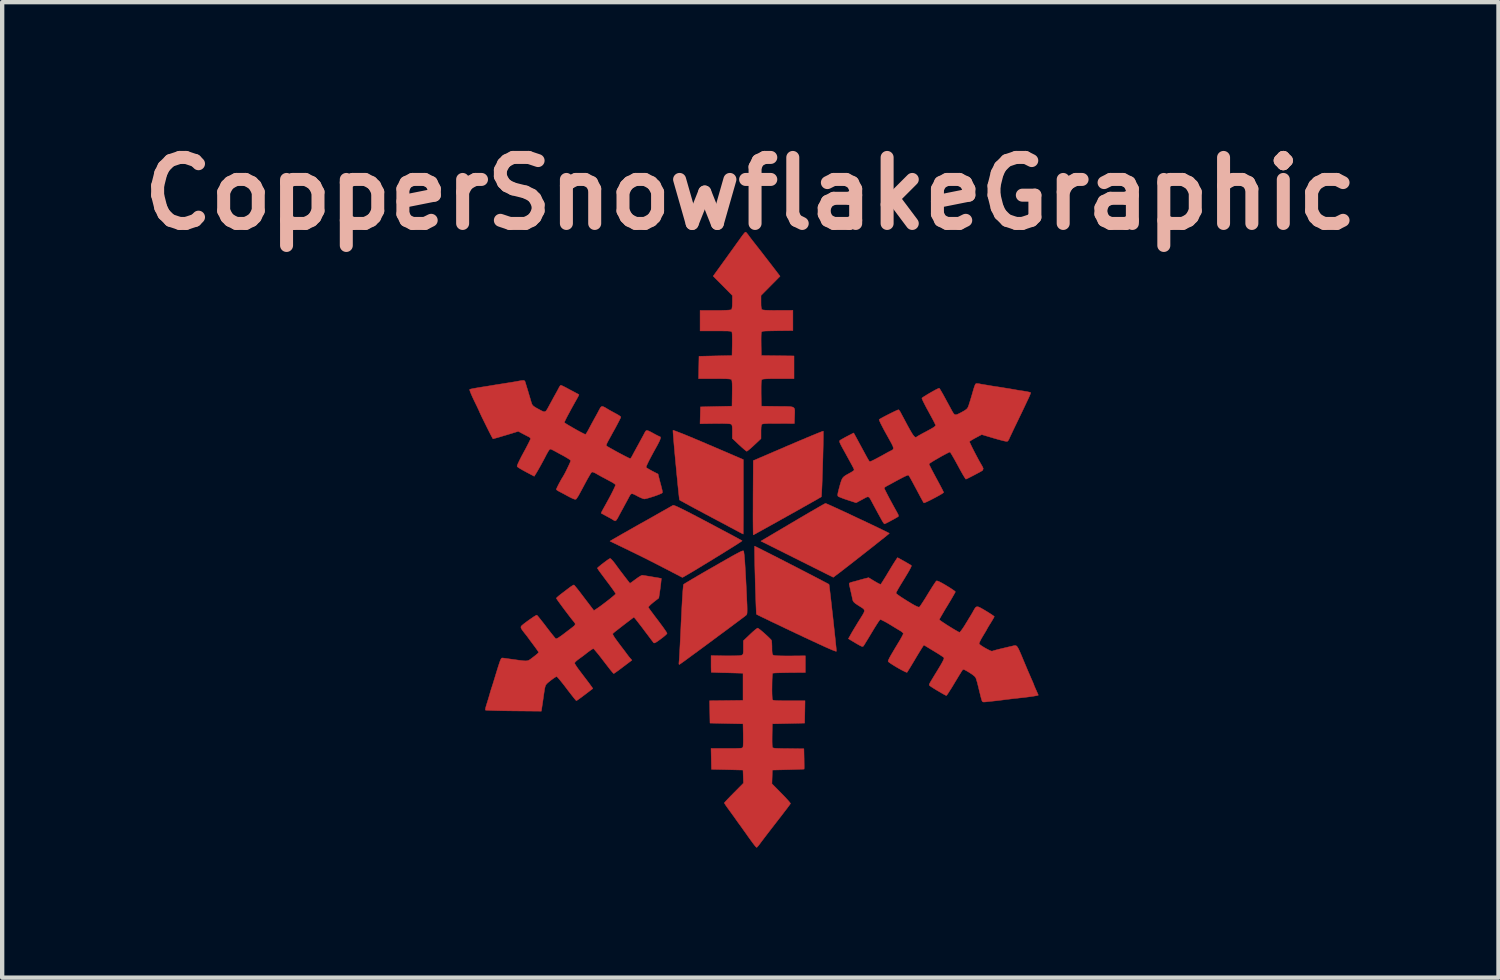
<source format=kicad_pcb>
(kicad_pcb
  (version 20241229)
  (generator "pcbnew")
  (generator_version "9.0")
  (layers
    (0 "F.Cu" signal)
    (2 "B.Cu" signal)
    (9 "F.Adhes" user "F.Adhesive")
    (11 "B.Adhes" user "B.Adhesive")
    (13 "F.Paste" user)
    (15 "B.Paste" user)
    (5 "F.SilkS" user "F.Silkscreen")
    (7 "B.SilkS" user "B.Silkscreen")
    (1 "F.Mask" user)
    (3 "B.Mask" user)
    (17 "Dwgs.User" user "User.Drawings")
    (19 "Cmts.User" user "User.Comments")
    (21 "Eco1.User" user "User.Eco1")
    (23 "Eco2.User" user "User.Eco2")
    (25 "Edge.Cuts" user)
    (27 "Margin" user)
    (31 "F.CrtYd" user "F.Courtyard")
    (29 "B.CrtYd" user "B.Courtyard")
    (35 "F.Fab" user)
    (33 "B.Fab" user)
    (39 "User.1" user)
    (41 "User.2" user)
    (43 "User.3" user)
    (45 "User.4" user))
  (footprint "CopperSnowflakeGraphic"
    (layer "F.Cu")
    (at 14.268 9.418)
    (property "Reference" "CopperSnowflakeGraphic" (at 0 -8 0) (layer "B.SilkS") (effects (font (size 1.524 1.524) (thickness 0.3))))
    (attr through_hole)
    (fp_poly (pts (xy 1.755 -0.843) (xy 1.8 -0.824) (xy 1.869 -0.793) (xy 1.957 -0.753) (xy 2.061 -0.705) (xy 2.176 -0.652) (xy 2.301 -0.594) (xy 2.429 -0.533) (xy 2.559 -0.472) (xy 2.687 -0.412) (xy 2.809 -0.354) (xy 2.92 -0.301) (xy 3.019 -0.253) (xy 3.101 -0.213) (xy 3.162 -0.183) (xy 3.198 -0.164) (xy 3.208 -0.158) (xy 3.195 -0.146) (xy 3.158 -0.116) (xy 3.102 -0.07) (xy 3.027 -0.011) (xy 2.939 0.059) (xy 2.841 0.137) (xy 2.734 0.221) (xy 2.623 0.308) (xy 2.511 0.396) (xy 2.401 0.482) (xy 2.296 0.564) (xy 2.199 0.639) (xy 2.114 0.705) (xy 2.044 0.759) (xy 1.991 0.799) (xy 1.985 0.803) (xy 1.914 0.856) (xy 0.244 0.021) (xy 0.981 -0.415) (xy 1.125 -0.5) (xy 1.26 -0.579) (xy 1.384 -0.652) (xy 1.494 -0.715) (xy 1.587 -0.769) (xy 1.659 -0.81) (xy 1.709 -0.838) (xy 1.734 -0.85) (xy 1.735 -0.85) (xy 1.755 -0.843)) (stroke (width 0.01) (type solid)) (fill yes) (layer "F.Cu"))
    (fp_poly (pts (xy -1.771 -2.534) (xy -1.727 -2.519) (xy -1.657 -2.492) (xy -1.561 -2.455) (xy -1.444 -2.407) (xy -1.306 -2.35) (xy -1.15 -2.284) (xy -0.979 -2.211) (xy -0.974 -2.209) (xy -0.161 -1.86) (xy -0.161 -1) (xy -0.161 -0.833) (xy -0.161 -0.676) (xy -0.161 -0.534) (xy -0.162 -0.409) (xy -0.163 -0.304) (xy -0.163 -0.222) (xy -0.164 -0.167) (xy -0.165 -0.142) (xy -0.165 -0.141) (xy -0.18 -0.149) (xy -0.223 -0.171) (xy -0.289 -0.206) (xy -0.377 -0.253) (xy -0.483 -0.309) (xy -0.604 -0.374) (xy -0.738 -0.445) (xy -0.882 -0.521) (xy -0.894 -0.528) (xy -1.039 -0.605) (xy -1.175 -0.678) (xy -1.299 -0.744) (xy -1.407 -0.803) (xy -1.498 -0.852) (xy -1.568 -0.891) (xy -1.615 -0.917) (xy -1.634 -0.928) (xy -1.634 -0.929) (xy -1.638 -0.947) (xy -1.644 -0.995) (xy -1.652 -1.069) (xy -1.662 -1.164) (xy -1.674 -1.277) (xy -1.686 -1.403) (xy -1.7 -1.54) (xy -1.713 -1.681) (xy -1.727 -1.824) (xy -1.74 -1.965) (xy -1.752 -2.099) (xy -1.763 -2.223) (xy -1.772 -2.332) (xy -1.779 -2.422) (xy -1.784 -2.49) (xy -1.786 -2.531) (xy -1.786 -2.536) (xy -1.771 -2.534)) (stroke (width 0.01) (type solid)) (fill yes) (layer "F.Cu"))
    (fp_poly (pts (xy 1.685 -2.499) (xy 1.685 -2.451) (xy 1.685 -2.377) (xy 1.683 -2.282) (xy 1.681 -2.169) (xy 1.678 -2.044) (xy 1.675 -1.91) (xy 1.671 -1.772) (xy 1.667 -1.633) (xy 1.662 -1.498) (xy 1.658 -1.371) (xy 1.654 -1.256) (xy 1.649 -1.158) (xy 1.645 -1.08) (xy 1.642 -1.027) (xy 1.639 -1.002) (xy 1.638 -1.001) (xy 1.621 -0.991) (xy 1.578 -0.966) (xy 1.512 -0.928) (xy 1.427 -0.88) (xy 1.326 -0.823) (xy 1.212 -0.759) (xy 1.089 -0.689) (xy 0.959 -0.617) (xy 0.827 -0.543) (xy 0.696 -0.47) (xy 0.569 -0.398) (xy 0.449 -0.332) (xy 0.339 -0.271) (xy 0.244 -0.218) (xy 0.166 -0.175) (xy 0.108 -0.143) (xy 0.075 -0.126) (xy 0.068 -0.122) (xy 0.066 -0.139) (xy 0.065 -0.186) (xy 0.064 -0.26) (xy 0.063 -0.359) (xy 0.062 -0.479) (xy 0.062 -0.617) (xy 0.063 -0.77) (xy 0.063 -0.934) (xy 0.063 -0.98) (xy 0.068 -1.837) (xy 0.871 -2.182) (xy 1.026 -2.248) (xy 1.172 -2.31) (xy 1.305 -2.366) (xy 1.422 -2.415) (xy 1.522 -2.456) (xy 1.6 -2.487) (xy 1.654 -2.508) (xy 1.68 -2.517) (xy 1.683 -2.518) (xy 1.685 -2.499)) (stroke (width 0.01) (type solid)) (fill yes) (layer "F.Cu"))
    (fp_poly (pts (xy 0.114 0.144) (xy 0.157 0.165) (xy 0.222 0.197) (xy 0.308 0.241) (xy 0.411 0.293) (xy 0.528 0.352) (xy 0.655 0.417) (xy 0.79 0.486) (xy 0.928 0.557) (xy 1.067 0.628) (xy 1.204 0.699) (xy 1.334 0.766) (xy 1.456 0.829) (xy 1.565 0.886) (xy 1.658 0.935) (xy 1.733 0.974) (xy 1.786 1.002) (xy 1.813 1.017) (xy 1.815 1.019) (xy 1.819 1.036) (xy 1.825 1.084) (xy 1.834 1.156) (xy 1.845 1.25) (xy 1.858 1.361) (xy 1.872 1.486) (xy 1.887 1.62) (xy 1.903 1.758) (xy 1.918 1.898) (xy 1.933 2.035) (xy 1.947 2.164) (xy 1.96 2.282) (xy 1.97 2.384) (xy 1.979 2.467) (xy 1.984 2.527) (xy 1.987 2.559) (xy 1.987 2.563) (xy 1.976 2.564) (xy 1.945 2.554) (xy 1.892 2.534) (xy 1.817 2.502) (xy 1.718 2.458) (xy 1.594 2.401) (xy 1.443 2.331) (xy 1.264 2.248) (xy 1.067 2.155) (xy 0.902 2.077) (xy 0.747 2.003) (xy 0.603 1.934) (xy 0.474 1.873) (xy 0.363 1.819) (xy 0.271 1.775) (xy 0.202 1.741) (xy 0.158 1.719) (xy 0.142 1.71) (xy 0.139 1.692) (xy 0.136 1.643) (xy 0.133 1.569) (xy 0.129 1.474) (xy 0.125 1.361) (xy 0.121 1.235) (xy 0.116 1.099) (xy 0.112 0.959) (xy 0.109 0.817) (xy 0.105 0.679) (xy 0.102 0.547) (xy 0.1 0.428) (xy 0.098 0.323) (xy 0.097 0.238) (xy 0.097 0.176) (xy 0.098 0.143) (xy 0.099 0.137) (xy 0.114 0.144)) (stroke (width 0.01) (type solid)) (fill yes) (layer "F.Cu"))
    (fp_poly (pts (xy -1.744 -0.797) (xy -1.7 -0.779) (xy -1.638 -0.75) (xy -1.556 -0.71) (xy -1.453 -0.658) (xy -1.325 -0.592) (xy -1.172 -0.512) (xy -0.991 -0.416) (xy -0.98 -0.411) (xy -0.83 -0.331) (xy -0.689 -0.256) (xy -0.56 -0.188) (xy -0.446 -0.127) (xy -0.349 -0.075) (xy -0.272 -0.033) (xy -0.219 -0.004) (xy -0.192 0.011) (xy -0.189 0.013) (xy -0.201 0.023) (xy -0.239 0.049) (xy -0.299 0.088) (xy -0.377 0.138) (xy -0.472 0.197) (xy -0.578 0.263) (xy -0.692 0.334) (xy -0.813 0.408) (xy -0.934 0.483) (xy -1.055 0.556) (xy -1.17 0.626) (xy -1.277 0.691) (xy -1.373 0.748) (xy -1.453 0.795) (xy -1.515 0.831) (xy -1.554 0.853) (xy -1.568 0.859) (xy -1.585 0.851) (xy -1.627 0.83) (xy -1.691 0.796) (xy -1.773 0.754) (xy -1.87 0.703) (xy -1.977 0.648) (xy -1.981 0.646) (xy -2.118 0.575) (xy -2.275 0.495) (xy -2.441 0.411) (xy -2.605 0.33) (xy -2.755 0.257) (xy -2.811 0.229) (xy -2.921 0.176) (xy -3.021 0.128) (xy -3.107 0.086) (xy -3.174 0.054) (xy -3.219 0.032) (xy -3.238 0.022) (xy -3.239 0.022) (xy -3.225 0.013) (xy -3.185 -0.011) (xy -3.121 -0.048) (xy -3.036 -0.097) (xy -2.933 -0.156) (xy -2.814 -0.223) (xy -2.683 -0.298) (xy -2.542 -0.378) (xy -2.528 -0.385) (xy -2.384 -0.466) (xy -2.249 -0.542) (xy -2.126 -0.612) (xy -2.017 -0.674) (xy -1.925 -0.725) (xy -1.854 -0.766) (xy -1.806 -0.793) (xy -1.785 -0.805) (xy -1.785 -0.805) (xy -1.771 -0.805) (xy -1.744 -0.797)) (stroke (width 0.01) (type solid)) (fill yes) (layer "F.Cu"))
    (fp_poly (pts (xy -0.156 0.249) (xy -0.153 0.255) (xy -0.147 0.295) (xy -0.14 0.348) (xy -0.134 0.418) (xy -0.127 0.508) (xy -0.12 0.621) (xy -0.112 0.759) (xy -0.103 0.925) (xy -0.094 1.105) (xy -0.086 1.264) (xy -0.081 1.392) (xy -0.076 1.493) (xy -0.074 1.57) (xy -0.074 1.627) (xy -0.075 1.668) (xy -0.078 1.695) (xy -0.083 1.713) (xy -0.09 1.724) (xy -0.092 1.726) (xy -0.109 1.74) (xy -0.15 1.772) (xy -0.213 1.819) (xy -0.294 1.88) (xy -0.39 1.951) (xy -0.498 2.032) (xy -0.615 2.119) (xy -0.739 2.21) (xy -0.865 2.304) (xy -0.991 2.397) (xy -1.114 2.488) (xy -1.231 2.574) (xy -1.339 2.653) (xy -1.434 2.723) (xy -1.514 2.782) (xy -1.576 2.826) (xy -1.617 2.855) (xy -1.632 2.865) (xy -1.645 2.868) (xy -1.649 2.849) (xy -1.646 2.804) (xy -1.645 2.797) (xy -1.642 2.764) (xy -1.638 2.7) (xy -1.633 2.61) (xy -1.627 2.498) (xy -1.62 2.366) (xy -1.613 2.218) (xy -1.605 2.059) (xy -1.598 1.891) (xy -1.597 1.878) (xy -1.588 1.699) (xy -1.58 1.535) (xy -1.572 1.388) (xy -1.564 1.263) (xy -1.557 1.16) (xy -1.55 1.084) (xy -1.545 1.036) (xy -1.541 1.021) (xy -1.523 1.008) (xy -1.479 0.98) (xy -1.411 0.94) (xy -1.323 0.887) (xy -1.218 0.825) (xy -1.097 0.755) (xy -0.966 0.679) (xy -0.842 0.609) (xy -0.683 0.517) (xy -0.55 0.442) (xy -0.442 0.38) (xy -0.355 0.332) (xy -0.288 0.296) (xy -0.238 0.27) (xy -0.202 0.254) (xy -0.178 0.246) (xy -0.163 0.245) (xy -0.156 0.249)) (stroke (width 0.01) (type solid)) (fill yes) (layer "F.Cu"))
    (fp_poly (pts (xy -0.103 -7.109) (xy -0.093 -7.101) (xy -0.091 -7.098) (xy -0.062 -7.064) (xy -0.042 -7.037) (xy -0.022 -7.009) (xy 0.014 -6.961) (xy 0.06 -6.902) (xy 0.1 -6.851) (xy 0.223 -6.694) (xy 0.346 -6.535) (xy 0.465 -6.381) (xy 0.572 -6.242) (xy 0.614 -6.187) (xy 0.686 -6.092) (xy 0.466 -5.87) (xy 0.246 -5.648) (xy 0.246 -5.495) (xy 0.247 -5.412) (xy 0.254 -5.357) (xy 0.264 -5.327) (xy 0.269 -5.322) (xy 0.293 -5.315) (xy 0.344 -5.309) (xy 0.424 -5.306) (xy 0.535 -5.304) (xy 0.638 -5.305) (xy 0.982 -5.306) (xy 0.982 -4.838) (xy 0.623 -4.834) (xy 0.504 -4.832) (xy 0.414 -4.83) (xy 0.35 -4.828) (xy 0.306 -4.825) (xy 0.279 -4.819) (xy 0.264 -4.812) (xy 0.257 -4.803) (xy 0.254 -4.791) (xy 0.251 -4.761) (xy 0.249 -4.705) (xy 0.248 -4.628) (xy 0.249 -4.54) (xy 0.249 -4.508) (xy 0.254 -4.262) (xy 1.008 -4.253) (xy 1.008 -3.729) (xy 0.646 -3.729) (xy 0.52 -3.729) (xy 0.425 -3.727) (xy 0.355 -3.724) (xy 0.308 -3.72) (xy 0.279 -3.714) (xy 0.265 -3.706) (xy 0.264 -3.706) (xy 0.256 -3.681) (xy 0.251 -3.627) (xy 0.249 -3.543) (xy 0.249 -3.428) (xy 0.249 -3.388) (xy 0.254 -3.094) (xy 0.631 -3.089) (xy 0.757 -3.088) (xy 0.854 -3.087) (xy 0.924 -3.083) (xy 0.973 -3.074) (xy 1.003 -3.058) (xy 1.02 -3.031) (xy 1.025 -2.993) (xy 1.025 -2.94) (xy 1.022 -2.87) (xy 1.021 -2.851) (xy 1.016 -2.693) (xy 0.654 -2.695) (xy 0.517 -2.695) (xy 0.411 -2.694) (xy 0.335 -2.69) (xy 0.288 -2.684) (xy 0.269 -2.678) (xy 0.257 -2.655) (xy 0.249 -2.611) (xy 0.246 -2.539) (xy 0.246 -2.501) (xy 0.246 -2.344) (xy 0.091 -2.198) (xy 0.031 -2.143) (xy -0.022 -2.097) (xy -0.061 -2.066) (xy -0.082 -2.053) (xy -0.083 -2.053) (xy -0.101 -2.064) (xy -0.139 -2.094) (xy -0.191 -2.139) (xy -0.251 -2.194) (xy -0.259 -2.201) (xy -0.416 -2.349) (xy -0.415 -2.505) (xy -0.416 -2.58) (xy -0.419 -2.627) (xy -0.426 -2.656) (xy -0.438 -2.672) (xy -0.449 -2.68) (xy -0.482 -2.687) (xy -0.547 -2.691) (xy -0.645 -2.694) (xy -0.774 -2.693) (xy -0.822 -2.693) (xy -1.161 -2.688) (xy -1.156 -2.882) (xy -1.151 -3.077) (xy -0.787 -3.086) (xy -0.423 -3.094) (xy -0.419 -3.388) (xy -0.418 -3.513) (xy -0.419 -3.606) (xy -0.424 -3.668) (xy -0.431 -3.701) (xy -0.433 -3.706) (xy -0.447 -3.714) (xy -0.474 -3.72) (xy -0.519 -3.724) (xy -0.586 -3.727) (xy -0.678 -3.728) (xy -0.8 -3.729) (xy -0.824 -3.729) (xy -1.195 -3.729) (xy -1.19 -3.987) (xy -1.185 -4.245) (xy -0.804 -4.254) (xy -0.423 -4.262) (xy -0.418 -4.508) (xy -0.417 -4.599) (xy -0.418 -4.68) (xy -0.419 -4.744) (xy -0.422 -4.785) (xy -0.423 -4.792) (xy -0.427 -4.804) (xy -0.434 -4.814) (xy -0.449 -4.82) (xy -0.477 -4.825) (xy -0.52 -4.828) (xy -0.585 -4.829) (xy -0.675 -4.83) (xy -0.794 -4.83) (xy -1.16 -4.83) (xy -1.16 -5.304) (xy -0.808 -5.304) (xy -0.675 -5.304) (xy -0.574 -5.307) (xy -0.502 -5.311) (xy -0.457 -5.316) (xy -0.436 -5.324) (xy -0.435 -5.324) (xy -0.424 -5.353) (xy -0.417 -5.411) (xy -0.415 -5.495) (xy -0.415 -5.496) (xy -0.415 -5.648) (xy -0.636 -5.872) (xy -0.858 -6.095) (xy -0.627 -6.415) (xy -0.553 -6.517) (xy -0.479 -6.621) (xy -0.408 -6.719) (xy -0.347 -6.804) (xy -0.299 -6.872) (xy -0.287 -6.887) (xy -0.226 -6.973) (xy -0.181 -7.035) (xy -0.149 -7.076) (xy -0.128 -7.1) (xy -0.113 -7.11) (xy -0.103 -7.109)) (stroke (width 0.01) (type solid)) (fill yes) (layer "F.Cu"))
    (fp_poly (pts (xy 0.189 2.039) (xy 0.227 2.068) (xy 0.277 2.109) (xy 0.333 2.158) (xy 0.388 2.208) (xy 0.437 2.255) (xy 0.473 2.292) (xy 0.487 2.308) (xy 0.492 2.331) (xy 0.496 2.38) (xy 0.499 2.446) (xy 0.499 2.481) (xy 0.5 2.555) (xy 0.504 2.603) (xy 0.511 2.632) (xy 0.523 2.648) (xy 0.534 2.655) (xy 0.565 2.662) (xy 0.629 2.667) (xy 0.722 2.67) (xy 0.845 2.671) (xy 0.919 2.671) (xy 1.27 2.668) (xy 1.27 3.053) (xy 0.902 3.056) (xy 0.793 3.058) (xy 0.695 3.06) (xy 0.614 3.062) (xy 0.554 3.065) (xy 0.521 3.069) (xy 0.516 3.07) (xy 0.511 3.089) (xy 0.507 3.135) (xy 0.503 3.202) (xy 0.501 3.283) (xy 0.5 3.371) (xy 0.499 3.459) (xy 0.5 3.54) (xy 0.503 3.609) (xy 0.506 3.658) (xy 0.51 3.678) (xy 0.517 3.687) (xy 0.533 3.694) (xy 0.563 3.698) (xy 0.61 3.702) (xy 0.679 3.704) (xy 0.773 3.705) (xy 0.891 3.705) (xy 1.262 3.705) (xy 1.258 3.963) (xy 1.253 4.221) (xy 0.881 4.23) (xy 0.508 4.238) (xy 0.503 4.484) (xy 0.502 4.574) (xy 0.502 4.656) (xy 0.504 4.72) (xy 0.507 4.76) (xy 0.508 4.767) (xy 0.512 4.779) (xy 0.519 4.789) (xy 0.535 4.796) (xy 0.564 4.801) (xy 0.609 4.804) (xy 0.676 4.806) (xy 0.768 4.808) (xy 0.877 4.809) (xy 1.236 4.814) (xy 1.241 5.047) (xy 1.242 5.131) (xy 1.243 5.203) (xy 1.243 5.255) (xy 1.241 5.281) (xy 1.241 5.283) (xy 1.223 5.284) (xy 1.177 5.286) (xy 1.107 5.289) (xy 1.017 5.292) (xy 0.914 5.295) (xy 0.872 5.296) (xy 0.508 5.305) (xy 0.503 5.463) (xy 0.498 5.621) (xy 0.715 5.841) (xy 0.784 5.912) (xy 0.843 5.975) (xy 0.889 6.026) (xy 0.918 6.062) (xy 0.927 6.077) (xy 0.916 6.095) (xy 0.887 6.135) (xy 0.844 6.193) (xy 0.789 6.264) (xy 0.728 6.344) (xy 0.723 6.351) (xy 0.597 6.513) (xy 0.491 6.65) (xy 0.403 6.764) (xy 0.332 6.857) (xy 0.276 6.931) (xy 0.233 6.988) (xy 0.216 7.011) (xy 0.183 7.054) (xy 0.157 7.083) (xy 0.146 7.091) (xy 0.13 7.079) (xy 0.102 7.047) (xy 0.074 7.011) (xy 0.037 6.961) (xy -0.012 6.894) (xy -0.064 6.822) (xy -0.086 6.789) (xy -0.138 6.717) (xy -0.19 6.644) (xy -0.234 6.582) (xy -0.25 6.561) (xy -0.289 6.507) (xy -0.324 6.458) (xy -0.343 6.431) (xy -0.364 6.4) (xy -0.401 6.35) (xy -0.446 6.287) (xy -0.486 6.232) (xy -0.532 6.169) (xy -0.569 6.116) (xy -0.593 6.079) (xy -0.601 6.064) (xy -0.59 6.049) (xy -0.558 6.014) (xy -0.51 5.963) (xy -0.449 5.9) (xy -0.38 5.83) (xy -0.159 5.607) (xy -0.164 5.456) (xy -0.169 5.305) (xy -0.533 5.296) (xy -0.897 5.288) (xy -0.902 5.047) (xy -0.907 4.805) (xy -0.543 4.805) (xy -0.423 4.805) (xy -0.332 4.805) (xy -0.267 4.803) (xy -0.223 4.801) (xy -0.196 4.796) (xy -0.18 4.789) (xy -0.173 4.78) (xy -0.169 4.768) (xy -0.169 4.767) (xy -0.166 4.737) (xy -0.164 4.68) (xy -0.163 4.604) (xy -0.164 4.516) (xy -0.164 4.484) (xy -0.169 4.238) (xy -0.55 4.23) (xy -0.931 4.221) (xy -0.936 3.963) (xy -0.941 3.705) (xy -0.555 3.701) (xy -0.169 3.696) (xy -0.169 3.07) (xy -0.533 3.06) (xy -0.641 3.058) (xy -0.736 3.055) (xy -0.814 3.052) (xy -0.87 3.05) (xy -0.899 3.048) (xy -0.902 3.048) (xy -0.903 3.031) (xy -0.905 2.986) (xy -0.906 2.922) (xy -0.906 2.854) (xy -0.906 2.663) (xy -0.579 2.669) (xy -0.459 2.669) (xy -0.357 2.668) (xy -0.277 2.665) (xy -0.224 2.66) (xy -0.207 2.656) (xy -0.185 2.647) (xy -0.172 2.634) (xy -0.165 2.61) (xy -0.161 2.568) (xy -0.161 2.501) (xy -0.161 2.48) (xy -0.161 2.321) (xy -0.008 2.175) (xy 0.052 2.119) (xy 0.105 2.073) (xy 0.146 2.041) (xy 0.169 2.028) (xy 0.17 2.028) (xy 0.189 2.039)) (stroke (width 0.01) (type solid)) (fill yes) (layer "F.Cu"))
    (fp_poly (pts (xy -3.218 0.432) (xy -3.187 0.464) (xy -3.151 0.506) (xy -3.116 0.552) (xy -3.107 0.564) (xy -3.085 0.595) (xy -3.05 0.642) (xy -3.006 0.702) (xy -2.956 0.767) (xy -2.906 0.833) (xy -2.858 0.895) (xy -2.819 0.946) (xy -2.791 0.981) (xy -2.778 0.995) (xy -2.778 0.995) (xy -2.764 0.986) (xy -2.728 0.961) (xy -2.678 0.924) (xy -2.648 0.902) (xy -2.591 0.861) (xy -2.541 0.829) (xy -2.506 0.812) (xy -2.498 0.809) (xy -2.467 0.813) (xy -2.407 0.822) (xy -2.32 0.836) (xy -2.21 0.855) (xy -2.119 0.87) (xy -2.054 0.882) (xy -2.064 0.985) (xy -2.073 1.058) (xy -2.084 1.144) (xy -2.094 1.212) (xy -2.113 1.335) (xy -2.237 1.432) (xy -2.29 1.476) (xy -2.33 1.515) (xy -2.352 1.541) (xy -2.354 1.549) (xy -2.342 1.568) (xy -2.313 1.61) (xy -2.269 1.669) (xy -2.214 1.743) (xy -2.151 1.826) (xy -2.134 1.848) (xy -2.071 1.933) (xy -2.014 2.01) (xy -1.969 2.074) (xy -1.938 2.121) (xy -1.923 2.147) (xy -1.922 2.15) (xy -1.935 2.169) (xy -1.97 2.202) (xy -2.021 2.244) (xy -2.069 2.28) (xy -2.136 2.329) (xy -2.181 2.358) (xy -2.21 2.371) (xy -2.227 2.37) (xy -2.234 2.365) (xy -2.249 2.344) (xy -2.282 2.301) (xy -2.328 2.24) (xy -2.383 2.167) (xy -2.437 2.096) (xy -2.498 2.014) (xy -2.555 1.94) (xy -2.603 1.878) (xy -2.638 1.834) (xy -2.654 1.813) (xy -2.688 1.776) (xy -2.923 1.955) (xy -3 2.015) (xy -3.069 2.069) (xy -3.125 2.112) (xy -3.161 2.143) (xy -3.174 2.155) (xy -3.175 2.172) (xy -3.159 2.205) (xy -3.126 2.257) (xy -3.073 2.33) (xy -3.027 2.392) (xy -2.969 2.469) (xy -2.916 2.538) (xy -2.874 2.594) (xy -2.846 2.633) (xy -2.837 2.644) (xy -2.808 2.683) (xy -2.773 2.724) (xy -2.773 2.725) (xy -2.733 2.769) (xy -2.937 2.923) (xy -3.008 2.977) (xy -3.071 3.023) (xy -3.119 3.057) (xy -3.148 3.076) (xy -3.154 3.078) (xy -3.168 3.065) (xy -3.199 3.029) (xy -3.244 2.974) (xy -3.299 2.903) (xy -3.362 2.821) (xy -3.386 2.79) (xy -3.451 2.705) (xy -3.51 2.63) (xy -3.561 2.569) (xy -3.598 2.525) (xy -3.62 2.504) (xy -3.624 2.502) (xy -3.646 2.512) (xy -3.686 2.538) (xy -3.739 2.576) (xy -3.759 2.591) (xy -3.816 2.636) (xy -3.867 2.675) (xy -3.903 2.701) (xy -3.91 2.706) (xy -3.983 2.759) (xy -4.03 2.799) (xy -4.052 2.826) (xy -4.055 2.838) (xy -4.046 2.86) (xy -4.019 2.903) (xy -3.98 2.96) (xy -3.933 3.023) (xy -3.843 3.142) (xy -3.772 3.235) (xy -3.718 3.307) (xy -3.68 3.359) (xy -3.654 3.395) (xy -3.64 3.416) (xy -3.636 3.425) (xy -3.636 3.425) (xy -3.65 3.436) (xy -3.687 3.463) (xy -3.74 3.504) (xy -3.804 3.553) (xy -3.822 3.566) (xy -3.889 3.617) (xy -3.948 3.66) (xy -3.991 3.69) (xy -4.014 3.703) (xy -4.016 3.704) (xy -4.03 3.691) (xy -4.061 3.654) (xy -4.105 3.599) (xy -4.16 3.528) (xy -4.223 3.447) (xy -4.239 3.425) (xy -4.303 3.341) (xy -4.362 3.267) (xy -4.411 3.207) (xy -4.447 3.166) (xy -4.468 3.147) (xy -4.47 3.146) (xy -4.493 3.156) (xy -4.534 3.182) (xy -4.587 3.22) (xy -4.611 3.239) (xy -4.663 3.28) (xy -4.698 3.312) (xy -4.722 3.344) (xy -4.737 3.384) (xy -4.749 3.439) (xy -4.761 3.518) (xy -4.765 3.544) (xy -4.776 3.621) (xy -4.789 3.713) (xy -4.802 3.8) (xy -4.803 3.804) (xy -4.824 3.946) (xy -5.466 3.94) (xy -5.61 3.938) (xy -5.743 3.936) (xy -5.862 3.933) (xy -5.962 3.93) (xy -6.04 3.927) (xy -6.092 3.924) (xy -6.115 3.921) (xy -6.116 3.92) (xy -6.115 3.898) (xy -6.106 3.854) (xy -6.091 3.802) (xy -6.068 3.729) (xy -6.042 3.644) (xy -6.02 3.569) (xy -6.001 3.502) (xy -5.983 3.443) (xy -5.97 3.403) (xy -5.969 3.4) (xy -5.958 3.367) (xy -5.94 3.31) (xy -5.918 3.238) (xy -5.9 3.18) (xy -5.859 3.045) (xy -5.826 2.938) (xy -5.8 2.858) (xy -5.78 2.799) (xy -5.764 2.759) (xy -5.751 2.735) (xy -5.74 2.722) (xy -5.729 2.718) (xy -5.722 2.718) (xy -5.693 2.721) (xy -5.638 2.729) (xy -5.566 2.739) (xy -5.486 2.75) (xy -5.372 2.766) (xy -5.286 2.777) (xy -5.222 2.784) (xy -5.175 2.785) (xy -5.139 2.78) (xy -5.108 2.768) (xy -5.078 2.749) (xy -5.042 2.721) (xy -5.012 2.699) (xy -4.957 2.656) (xy -4.914 2.62) (xy -4.889 2.595) (xy -4.885 2.589) (xy -4.895 2.571) (xy -4.921 2.532) (xy -4.959 2.479) (xy -4.991 2.436) (xy -5.038 2.373) (xy -5.08 2.317) (xy -5.111 2.274) (xy -5.122 2.259) (xy -5.147 2.224) (xy -5.184 2.177) (xy -5.209 2.146) (xy -5.258 2.083) (xy -5.287 2.038) (xy -5.296 2.007) (xy -5.289 1.985) (xy -5.278 1.973) (xy -5.235 1.936) (xy -5.178 1.893) (xy -5.116 1.847) (xy -5.053 1.804) (xy -4.998 1.766) (xy -4.955 1.74) (xy -4.931 1.729) (xy -4.929 1.729) (xy -4.913 1.743) (xy -4.881 1.781) (xy -4.836 1.838) (xy -4.78 1.908) (xy -4.718 1.989) (xy -4.713 1.996) (xy -4.65 2.078) (xy -4.593 2.151) (xy -4.545 2.21) (xy -4.511 2.252) (xy -4.492 2.271) (xy -4.492 2.272) (xy -4.469 2.271) (xy -4.428 2.25) (xy -4.367 2.208) (xy -4.327 2.179) (xy -4.258 2.126) (xy -4.191 2.075) (xy -4.134 2.032) (xy -4.112 2.015) (xy -4.064 1.976) (xy -4.043 1.946) (xy -4.046 1.917) (xy -4.07 1.886) (xy -4.097 1.853) (xy -4.137 1.803) (xy -4.186 1.739) (xy -4.241 1.667) (xy -4.298 1.591) (xy -4.353 1.517) (xy -4.402 1.45) (xy -4.442 1.395) (xy -4.468 1.356) (xy -4.478 1.34) (xy -4.478 1.339) (xy -4.465 1.323) (xy -4.432 1.293) (xy -4.389 1.258) (xy -4.329 1.212) (xy -4.258 1.158) (xy -4.194 1.109) (xy -4.142 1.071) (xy -4.1 1.044) (xy -4.075 1.032) (xy -4.072 1.032) (xy -4.056 1.047) (xy -4.025 1.084) (xy -3.982 1.137) (xy -3.932 1.201) (xy -3.928 1.207) (xy -3.867 1.287) (xy -3.802 1.373) (xy -3.742 1.451) (xy -3.705 1.5) (xy -3.611 1.623) (xy -3.563 1.593) (xy -3.514 1.56) (xy -3.452 1.516) (xy -3.383 1.464) (xy -3.312 1.41) (xy -3.244 1.357) (xy -3.184 1.308) (xy -3.139 1.27) (xy -3.112 1.244) (xy -3.108 1.237) (xy -3.117 1.218) (xy -3.145 1.176) (xy -3.187 1.116) (xy -3.24 1.043) (xy -3.302 0.96) (xy -3.319 0.938) (xy -3.382 0.853) (xy -3.438 0.778) (xy -3.484 0.716) (xy -3.515 0.67) (xy -3.53 0.647) (xy -3.531 0.645) (xy -3.518 0.63) (xy -3.484 0.601) (xy -3.437 0.562) (xy -3.383 0.521) (xy -3.328 0.48) (xy -3.281 0.446) (xy -3.247 0.425) (xy -3.235 0.42) (xy -3.218 0.432)) (stroke (width 0.01) (type solid)) (fill yes) (layer "F.Cu"))
    (fp_poly (pts (xy 5.271 -3.613) (xy 5.283 -3.611) (xy 5.321 -3.603) (xy 5.385 -3.592) (xy 5.471 -3.578) (xy 5.57 -3.561) (xy 5.678 -3.544) (xy 5.69 -3.543) (xy 5.798 -3.526) (xy 5.9 -3.509) (xy 5.99 -3.495) (xy 6.059 -3.483) (xy 6.102 -3.476) (xy 6.105 -3.475) (xy 6.159 -3.465) (xy 6.232 -3.453) (xy 6.31 -3.442) (xy 6.321 -3.44) (xy 6.386 -3.429) (xy 6.437 -3.418) (xy 6.466 -3.409) (xy 6.469 -3.407) (xy 6.469 -3.4) (xy 6.466 -3.385) (xy 6.456 -3.36) (xy 6.44 -3.322) (xy 6.416 -3.268) (xy 6.382 -3.197) (xy 6.339 -3.106) (xy 6.285 -2.992) (xy 6.218 -2.853) (xy 6.138 -2.687) (xy 6.122 -2.654) (xy 6.077 -2.561) (xy 6.037 -2.476) (xy 6.003 -2.405) (xy 5.979 -2.353) (xy 5.968 -2.327) (xy 5.947 -2.294) (xy 5.929 -2.28) (xy 5.905 -2.281) (xy 5.855 -2.291) (xy 5.784 -2.309) (xy 5.699 -2.332) (xy 5.622 -2.354) (xy 5.34 -2.438) (xy 5.202 -2.365) (xy 5.141 -2.331) (xy 5.092 -2.302) (xy 5.063 -2.281) (xy 5.058 -2.275) (xy 5.064 -2.256) (xy 5.084 -2.213) (xy 5.113 -2.152) (xy 5.15 -2.079) (xy 5.191 -1.999) (xy 5.234 -1.918) (xy 5.275 -1.841) (xy 5.312 -1.776) (xy 5.341 -1.726) (xy 5.353 -1.706) (xy 5.375 -1.657) (xy 5.365 -1.618) (xy 5.347 -1.602) (xy 5.305 -1.578) (xy 5.248 -1.547) (xy 5.182 -1.512) (xy 5.115 -1.477) (xy 5.054 -1.446) (xy 5.006 -1.422) (xy 4.978 -1.41) (xy 4.974 -1.409) (xy 4.962 -1.423) (xy 4.937 -1.463) (xy 4.9 -1.524) (xy 4.856 -1.602) (xy 4.807 -1.692) (xy 4.791 -1.722) (xy 4.74 -1.815) (xy 4.694 -1.897) (xy 4.655 -1.964) (xy 4.626 -2.011) (xy 4.61 -2.034) (xy 4.607 -2.035) (xy 4.584 -2.028) (xy 4.54 -2.006) (xy 4.479 -1.974) (xy 4.409 -1.936) (xy 4.336 -1.894) (xy 4.265 -1.853) (xy 4.202 -1.815) (xy 4.154 -1.784) (xy 4.127 -1.764) (xy 4.123 -1.759) (xy 4.131 -1.739) (xy 4.153 -1.694) (xy 4.186 -1.628) (xy 4.229 -1.547) (xy 4.278 -1.456) (xy 4.293 -1.428) (xy 4.343 -1.335) (xy 4.388 -1.251) (xy 4.424 -1.182) (xy 4.449 -1.132) (xy 4.461 -1.106) (xy 4.462 -1.104) (xy 4.448 -1.09) (xy 4.41 -1.065) (xy 4.355 -1.033) (xy 4.288 -0.996) (xy 4.216 -0.958) (xy 4.146 -0.922) (xy 4.084 -0.892) (xy 4.036 -0.871) (xy 4.008 -0.862) (xy 4.004 -0.862) (xy 3.991 -0.882) (xy 3.967 -0.925) (xy 3.936 -0.982) (xy 3.92 -1.011) (xy 3.847 -1.149) (xy 3.788 -1.259) (xy 3.742 -1.345) (xy 3.707 -1.409) (xy 3.681 -1.455) (xy 3.663 -1.484) (xy 3.652 -1.499) (xy 3.648 -1.503) (xy 3.628 -1.499) (xy 3.584 -1.481) (xy 3.522 -1.451) (xy 3.448 -1.412) (xy 3.408 -1.391) (xy 3.325 -1.346) (xy 3.25 -1.305) (xy 3.188 -1.272) (xy 3.146 -1.249) (xy 3.137 -1.244) (xy 3.104 -1.222) (xy 3.09 -1.202) (xy 3.09 -1.202) (xy 3.098 -1.182) (xy 3.12 -1.137) (xy 3.153 -1.072) (xy 3.194 -0.992) (xy 3.242 -0.903) (xy 3.293 -0.809) (xy 3.345 -0.714) (xy 3.386 -0.641) (xy 3.412 -0.591) (xy 3.42 -0.562) (xy 3.413 -0.546) (xy 3.41 -0.543) (xy 3.374 -0.522) (xy 3.322 -0.492) (xy 3.262 -0.46) (xy 3.202 -0.427) (xy 3.149 -0.4) (xy 3.111 -0.382) (xy 3.096 -0.376) (xy 3.081 -0.39) (xy 3.056 -0.425) (xy 3.038 -0.457) (xy 2.95 -0.616) (xy 2.855 -0.792) (xy 2.831 -0.837) (xy 2.79 -0.914) (xy 2.761 -0.966) (xy 2.737 -0.994) (xy 2.711 -1.002) (xy 2.678 -0.992) (xy 2.631 -0.967) (xy 2.584 -0.941) (xy 2.441 -0.864) (xy 2.245 -0.928) (xy 2.167 -0.954) (xy 2.1 -0.979) (xy 2.05 -1) (xy 2.026 -1.012) (xy 2.018 -1.026) (xy 2.016 -1.05) (xy 2.022 -1.091) (xy 2.037 -1.153) (xy 2.058 -1.234) (xy 2.083 -1.323) (xy 2.105 -1.387) (xy 2.128 -1.433) (xy 2.159 -1.467) (xy 2.202 -1.498) (xy 2.263 -1.532) (xy 2.288 -1.546) (xy 2.341 -1.576) (xy 2.379 -1.602) (xy 2.396 -1.619) (xy 2.396 -1.62) (xy 2.389 -1.647) (xy 2.373 -1.68) (xy 2.344 -1.735) (xy 2.302 -1.812) (xy 2.252 -1.903) (xy 2.199 -2) (xy 2.147 -2.094) (xy 2.127 -2.129) (xy 2.088 -2.203) (xy 2.065 -2.253) (xy 2.058 -2.284) (xy 2.063 -2.3) (xy 2.086 -2.316) (xy 2.132 -2.342) (xy 2.192 -2.376) (xy 2.234 -2.398) (xy 2.385 -2.476) (xy 2.434 -2.387) (xy 2.463 -2.334) (xy 2.502 -2.262) (xy 2.545 -2.182) (xy 2.574 -2.129) (xy 2.63 -2.025) (xy 2.673 -1.946) (xy 2.703 -1.891) (xy 2.725 -1.854) (xy 2.74 -1.831) (xy 2.75 -1.82) (xy 2.758 -1.816) (xy 2.763 -1.816) (xy 2.789 -1.824) (xy 2.844 -1.85) (xy 2.925 -1.892) (xy 3.031 -1.949) (xy 3.124 -2.001) (xy 3.182 -2.033) (xy 3.232 -2.059) (xy 3.263 -2.074) (xy 3.264 -2.074) (xy 3.293 -2.093) (xy 3.302 -2.124) (xy 3.289 -2.171) (xy 3.256 -2.239) (xy 3.254 -2.242) (xy 3.214 -2.314) (xy 3.172 -2.39) (xy 3.143 -2.442) (xy 3.092 -2.534) (xy 3.048 -2.618) (xy 3.011 -2.69) (xy 2.986 -2.745) (xy 2.973 -2.779) (xy 2.973 -2.786) (xy 2.997 -2.802) (xy 3.043 -2.828) (xy 3.105 -2.861) (xy 3.175 -2.897) (xy 3.247 -2.933) (xy 3.314 -2.966) (xy 3.37 -2.992) (xy 3.408 -3.008) (xy 3.421 -3.011) (xy 3.441 -2.992) (xy 3.464 -2.956) (xy 3.464 -2.955) (xy 3.48 -2.925) (xy 3.509 -2.87) (xy 3.548 -2.798) (xy 3.593 -2.713) (xy 3.632 -2.64) (xy 3.688 -2.539) (xy 3.732 -2.464) (xy 3.766 -2.414) (xy 3.792 -2.386) (xy 3.814 -2.375) (xy 3.834 -2.38) (xy 3.845 -2.389) (xy 3.866 -2.403) (xy 3.91 -2.428) (xy 3.969 -2.461) (xy 4.013 -2.484) (xy 4.11 -2.536) (xy 4.181 -2.575) (xy 4.229 -2.604) (xy 4.258 -2.626) (xy 4.273 -2.642) (xy 4.276 -2.653) (xy 4.268 -2.674) (xy 4.246 -2.72) (xy 4.212 -2.785) (xy 4.169 -2.865) (xy 4.12 -2.955) (xy 4.114 -2.967) (xy 4.064 -3.057) (xy 4.022 -3.139) (xy 3.988 -3.206) (xy 3.967 -3.254) (xy 3.959 -3.278) (xy 3.96 -3.279) (xy 3.976 -3.294) (xy 4.016 -3.32) (xy 4.071 -3.354) (xy 4.136 -3.393) (xy 4.203 -3.431) (xy 4.266 -3.466) (xy 4.318 -3.492) (xy 4.351 -3.507) (xy 4.358 -3.509) (xy 4.366 -3.501) (xy 4.382 -3.477) (xy 4.407 -3.435) (xy 4.444 -3.371) (xy 4.491 -3.285) (xy 4.552 -3.173) (xy 4.627 -3.035) (xy 4.659 -2.976) (xy 4.687 -2.929) (xy 4.712 -2.902) (xy 4.743 -2.895) (xy 4.785 -2.907) (xy 4.847 -2.938) (xy 4.877 -2.954) (xy 4.941 -2.99) (xy 4.982 -3.018) (xy 5.009 -3.044) (xy 5.027 -3.077) (xy 5.044 -3.124) (xy 5.048 -3.138) (xy 5.069 -3.204) (xy 5.095 -3.288) (xy 5.121 -3.377) (xy 5.132 -3.416) (xy 5.153 -3.489) (xy 5.173 -3.55) (xy 5.19 -3.592) (xy 5.197 -3.606) (xy 5.223 -3.617) (xy 5.271 -3.613)) (stroke (width 0.01) (type solid)) (fill yes) (layer "F.Cu"))
    (fp_poly (pts (xy 3.415 0.411) (xy 3.453 0.431) (xy 3.506 0.461) (xy 3.566 0.494) (xy 3.624 0.528) (xy 3.674 0.557) (xy 3.707 0.577) (xy 3.716 0.583) (xy 3.716 0.598) (xy 3.703 0.63) (xy 3.675 0.684) (xy 3.631 0.76) (xy 3.571 0.86) (xy 3.516 0.95) (xy 3.465 1.033) (xy 3.421 1.107) (xy 3.388 1.166) (xy 3.367 1.207) (xy 3.361 1.221) (xy 3.375 1.237) (xy 3.413 1.267) (xy 3.471 1.307) (xy 3.545 1.355) (xy 3.618 1.401) (xy 3.718 1.462) (xy 3.793 1.505) (xy 3.847 1.531) (xy 3.881 1.544) (xy 3.9 1.543) (xy 3.9 1.543) (xy 3.917 1.524) (xy 3.947 1.481) (xy 3.988 1.418) (xy 4.038 1.34) (xy 4.092 1.251) (xy 4.098 1.241) (xy 4.153 1.152) (xy 4.203 1.072) (xy 4.245 1.008) (xy 4.276 0.962) (xy 4.294 0.94) (xy 4.295 0.939) (xy 4.317 0.94) (xy 4.36 0.957) (xy 4.426 0.991) (xy 4.518 1.044) (xy 4.525 1.049) (xy 4.599 1.094) (xy 4.661 1.135) (xy 4.707 1.167) (xy 4.73 1.187) (xy 4.732 1.19) (xy 4.724 1.209) (xy 4.7 1.252) (xy 4.664 1.315) (xy 4.618 1.394) (xy 4.564 1.483) (xy 4.547 1.512) (xy 4.491 1.603) (xy 4.443 1.686) (xy 4.403 1.754) (xy 4.375 1.804) (xy 4.362 1.831) (xy 4.361 1.834) (xy 4.375 1.847) (xy 4.412 1.874) (xy 4.466 1.91) (xy 4.531 1.953) (xy 4.602 1.997) (xy 4.673 2.041) (xy 4.737 2.079) (xy 4.788 2.108) (xy 4.821 2.125) (xy 4.827 2.127) (xy 4.843 2.115) (xy 4.872 2.079) (xy 4.911 2.024) (xy 4.955 1.956) (xy 4.964 1.94) (xy 5.009 1.867) (xy 5.048 1.802) (xy 5.079 1.752) (xy 5.096 1.724) (xy 5.097 1.722) (xy 5.116 1.69) (xy 5.142 1.644) (xy 5.151 1.627) (xy 5.178 1.58) (xy 5.201 1.549) (xy 5.227 1.535) (xy 5.261 1.538) (xy 5.308 1.559) (xy 5.375 1.596) (xy 5.435 1.632) (xy 5.507 1.676) (xy 5.567 1.715) (xy 5.609 1.744) (xy 5.629 1.76) (xy 5.63 1.762) (xy 5.622 1.781) (xy 5.599 1.822) (xy 5.566 1.877) (xy 5.546 1.91) (xy 5.509 1.969) (xy 5.48 2.017) (xy 5.464 2.046) (xy 5.461 2.052) (xy 5.453 2.068) (xy 5.43 2.107) (xy 5.397 2.162) (xy 5.366 2.213) (xy 5.328 2.278) (xy 5.299 2.335) (xy 5.282 2.375) (xy 5.28 2.39) (xy 5.299 2.41) (xy 5.338 2.439) (xy 5.392 2.473) (xy 5.45 2.506) (xy 5.506 2.535) (xy 5.551 2.555) (xy 5.578 2.562) (xy 5.581 2.561) (xy 5.605 2.552) (xy 5.658 2.537) (xy 5.735 2.517) (xy 5.83 2.494) (xy 5.939 2.468) (xy 6.042 2.444) (xy 6.076 2.436) (xy 6.104 2.431) (xy 6.126 2.433) (xy 6.147 2.444) (xy 6.167 2.469) (xy 6.191 2.511) (xy 6.219 2.572) (xy 6.256 2.657) (xy 6.302 2.768) (xy 6.324 2.82) (xy 6.368 2.925) (xy 6.41 3.025) (xy 6.449 3.114) (xy 6.48 3.186) (xy 6.501 3.234) (xy 6.503 3.238) (xy 6.525 3.288) (xy 6.54 3.325) (xy 6.545 3.339) (xy 6.551 3.358) (xy 6.569 3.399) (xy 6.593 3.454) (xy 6.596 3.459) (xy 6.62 3.514) (xy 6.639 3.556) (xy 6.646 3.576) (xy 6.646 3.577) (xy 6.63 3.583) (xy 6.584 3.592) (xy 6.512 3.604) (xy 6.417 3.617) (xy 6.304 3.631) (xy 6.176 3.645) (xy 6.172 3.646) (xy 6.073 3.656) (xy 5.976 3.668) (xy 5.891 3.678) (xy 5.826 3.687) (xy 5.817 3.688) (xy 5.738 3.698) (xy 5.653 3.708) (xy 5.605 3.713) (xy 5.535 3.72) (xy 5.465 3.728) (xy 5.431 3.732) (xy 5.385 3.735) (xy 5.36 3.728) (xy 5.346 3.705) (xy 5.343 3.698) (xy 5.332 3.662) (xy 5.316 3.603) (xy 5.299 3.533) (xy 5.292 3.506) (xy 5.262 3.382) (xy 5.238 3.286) (xy 5.216 3.213) (xy 5.204 3.178) (xy 5.177 3.142) (xy 5.119 3.096) (xy 5.052 3.052) (xy 4.988 3.014) (xy 4.946 2.992) (xy 4.92 2.984) (xy 4.905 2.988) (xy 4.894 2.999) (xy 4.878 3.023) (xy 4.849 3.07) (xy 4.808 3.136) (xy 4.76 3.216) (xy 4.706 3.305) (xy 4.705 3.307) (xy 4.653 3.394) (xy 4.605 3.469) (xy 4.567 3.529) (xy 4.539 3.57) (xy 4.525 3.586) (xy 4.525 3.586) (xy 4.505 3.578) (xy 4.462 3.555) (xy 4.406 3.523) (xy 4.341 3.485) (xy 4.275 3.446) (xy 4.215 3.409) (xy 4.168 3.378) (xy 4.141 3.358) (xy 4.138 3.355) (xy 4.132 3.348) (xy 4.129 3.341) (xy 4.129 3.33) (xy 4.136 3.312) (xy 4.151 3.283) (xy 4.177 3.239) (xy 4.214 3.178) (xy 4.264 3.095) (xy 4.331 2.986) (xy 4.335 2.979) (xy 4.396 2.878) (xy 4.438 2.802) (xy 4.463 2.75) (xy 4.471 2.72) (xy 4.469 2.713) (xy 4.45 2.696) (xy 4.407 2.666) (xy 4.345 2.626) (xy 4.271 2.58) (xy 4.229 2.555) (xy 4.005 2.419) (xy 3.979 2.457) (xy 3.962 2.483) (xy 3.931 2.533) (xy 3.889 2.601) (xy 3.84 2.682) (xy 3.791 2.765) (xy 3.739 2.852) (xy 3.693 2.928) (xy 3.655 2.99) (xy 3.628 3.033) (xy 3.616 3.051) (xy 3.597 3.047) (xy 3.557 3.029) (xy 3.5 3) (xy 3.434 2.964) (xy 3.365 2.924) (xy 3.299 2.884) (xy 3.242 2.847) (xy 3.201 2.818) (xy 3.181 2.799) (xy 3.181 2.799) (xy 3.181 2.784) (xy 3.191 2.759) (xy 3.21 2.718) (xy 3.242 2.66) (xy 3.288 2.582) (xy 3.348 2.48) (xy 3.409 2.379) (xy 3.454 2.304) (xy 3.491 2.239) (xy 3.517 2.189) (xy 3.53 2.16) (xy 3.531 2.156) (xy 3.517 2.133) (xy 3.484 2.106) (xy 3.476 2.1) (xy 3.441 2.079) (xy 3.384 2.045) (xy 3.313 2.002) (xy 3.235 1.954) (xy 3.22 1.945) (xy 3.146 1.901) (xy 3.08 1.866) (xy 3.03 1.841) (xy 3.001 1.831) (xy 2.997 1.831) (xy 2.982 1.848) (xy 2.952 1.889) (xy 2.912 1.951) (xy 2.864 2.027) (xy 2.811 2.115) (xy 2.805 2.125) (xy 2.751 2.215) (xy 2.702 2.296) (xy 2.66 2.364) (xy 2.63 2.413) (xy 2.613 2.439) (xy 2.613 2.439) (xy 2.601 2.451) (xy 2.585 2.454) (xy 2.56 2.446) (xy 2.519 2.425) (xy 2.457 2.39) (xy 2.427 2.372) (xy 2.263 2.274) (xy 2.315 2.181) (xy 2.342 2.133) (xy 2.382 2.065) (xy 2.432 1.983) (xy 2.485 1.895) (xy 2.512 1.852) (xy 2.567 1.764) (xy 2.606 1.7) (xy 2.628 1.654) (xy 2.633 1.621) (xy 2.62 1.593) (xy 2.59 1.567) (xy 2.54 1.535) (xy 2.481 1.498) (xy 2.422 1.458) (xy 2.387 1.426) (xy 2.368 1.396) (xy 2.36 1.368) (xy 2.35 1.321) (xy 2.336 1.255) (xy 2.321 1.19) (xy 2.306 1.124) (xy 2.293 1.066) (xy 2.284 1.028) (xy 2.281 1.002) (xy 2.293 0.985) (xy 2.326 0.972) (xy 2.357 0.964) (xy 2.417 0.948) (xy 2.473 0.933) (xy 2.489 0.928) (xy 2.535 0.915) (xy 2.596 0.898) (xy 2.635 0.888) (xy 2.73 0.864) (xy 2.863 0.945) (xy 2.923 0.98) (xy 2.972 1.006) (xy 3.003 1.018) (xy 3.009 1.019) (xy 3.021 1.002) (xy 3.048 0.961) (xy 3.086 0.9) (xy 3.134 0.823) (xy 3.187 0.734) (xy 3.204 0.707) (xy 3.258 0.616) (xy 3.308 0.536) (xy 3.349 0.472) (xy 3.379 0.426) (xy 3.395 0.404) (xy 3.397 0.403) (xy 3.415 0.411)) (stroke (width 0.01) (type solid)) (fill yes) (layer "F.Cu"))
    (fp_poly (pts (xy -5.214 -3.682) (xy -5.201 -3.666) (xy -5.192 -3.639) (xy -5.185 -3.615) (xy -5.163 -3.542) (xy -5.135 -3.452) (xy -5.107 -3.356) (xy -5.08 -3.267) (xy -5.059 -3.194) (xy -5.053 -3.175) (xy -5.041 -3.14) (xy -5.024 -3.113) (xy -4.996 -3.088) (xy -4.951 -3.059) (xy -4.889 -3.025) (xy -4.824 -2.99) (xy -4.778 -2.969) (xy -4.745 -2.966) (xy -4.717 -2.982) (xy -4.689 -3.021) (xy -4.654 -3.085) (xy -4.631 -3.128) (xy -4.587 -3.208) (xy -4.54 -3.296) (xy -4.497 -3.373) (xy -4.492 -3.382) (xy -4.458 -3.443) (xy -4.429 -3.498) (xy -4.41 -3.535) (xy -4.408 -3.538) (xy -4.388 -3.567) (xy -4.373 -3.577) (xy -4.352 -3.569) (xy -4.309 -3.549) (xy -4.252 -3.52) (xy -4.228 -3.507) (xy -4.158 -3.469) (xy -4.091 -3.434) (xy -4.039 -3.406) (xy -4.03 -3.401) (xy -3.988 -3.379) (xy -3.961 -3.364) (xy -3.956 -3.362) (xy -3.96 -3.346) (xy -3.978 -3.31) (xy -4.005 -3.26) (xy -4.051 -3.179) (xy -4.086 -3.116) (xy -4.116 -3.062) (xy -4.147 -3.006) (xy -4.184 -2.936) (xy -4.205 -2.898) (xy -4.241 -2.83) (xy -4.269 -2.773) (xy -4.288 -2.733) (xy -4.293 -2.718) (xy -4.279 -2.705) (xy -4.241 -2.68) (xy -4.185 -2.646) (xy -4.118 -2.607) (xy -4.044 -2.565) (xy -3.972 -2.524) (xy -3.905 -2.489) (xy -3.851 -2.461) (xy -3.815 -2.445) (xy -3.805 -2.442) (xy -3.792 -2.456) (xy -3.768 -2.493) (xy -3.739 -2.544) (xy -3.737 -2.548) (xy -3.704 -2.611) (xy -3.661 -2.691) (xy -3.616 -2.773) (xy -3.598 -2.806) (xy -3.557 -2.88) (xy -3.519 -2.95) (xy -3.489 -3.008) (xy -3.477 -3.029) (xy -3.455 -3.068) (xy -3.432 -3.086) (xy -3.403 -3.086) (xy -3.359 -3.066) (xy -3.299 -3.03) (xy -3.252 -3.002) (xy -3.187 -2.966) (xy -3.119 -2.929) (xy -3.111 -2.925) (xy -3.055 -2.894) (xy -3.012 -2.866) (xy -2.99 -2.847) (xy -2.989 -2.844) (xy -2.997 -2.82) (xy -3.023 -2.768) (xy -3.065 -2.687) (xy -3.123 -2.578) (xy -3.198 -2.443) (xy -3.212 -2.417) (xy -3.26 -2.33) (xy -3.294 -2.268) (xy -3.314 -2.226) (xy -3.323 -2.2) (xy -3.323 -2.184) (xy -3.314 -2.173) (xy -3.302 -2.165) (xy -3.242 -2.13) (xy -3.168 -2.089) (xy -3.088 -2.044) (xy -3.006 -2) (xy -2.928 -1.959) (xy -2.86 -1.924) (xy -2.808 -1.898) (xy -2.777 -1.885) (xy -2.773 -1.883) (xy -2.757 -1.897) (xy -2.734 -1.932) (xy -2.722 -1.955) (xy -2.699 -1.999) (xy -2.664 -2.063) (xy -2.623 -2.139) (xy -2.582 -2.213) (xy -2.539 -2.293) (xy -2.498 -2.368) (xy -2.464 -2.431) (xy -2.443 -2.472) (xy -2.424 -2.506) (xy -2.407 -2.527) (xy -2.384 -2.533) (xy -2.351 -2.523) (xy -2.3 -2.499) (xy -2.225 -2.458) (xy -2.225 -2.458) (xy -2.167 -2.427) (xy -2.121 -2.404) (xy -2.094 -2.392) (xy -2.091 -2.391) (xy -2.073 -2.381) (xy -2.075 -2.348) (xy -2.096 -2.292) (xy -2.137 -2.211) (xy -2.145 -2.196) (xy -2.228 -2.046) (xy -2.294 -1.924) (xy -2.344 -1.828) (xy -2.378 -1.757) (xy -2.399 -1.71) (xy -2.406 -1.685) (xy -2.405 -1.681) (xy -2.386 -1.666) (xy -2.344 -1.64) (xy -2.288 -1.609) (xy -2.263 -1.595) (xy -2.13 -1.527) (xy -2.104 -1.421) (xy -2.084 -1.344) (xy -2.061 -1.26) (xy -2.05 -1.215) (xy -2.036 -1.159) (xy -2.029 -1.115) (xy -2.03 -1.095) (xy -2.048 -1.082) (xy -2.091 -1.063) (xy -2.152 -1.039) (xy -2.222 -1.014) (xy -2.295 -0.991) (xy -2.362 -0.971) (xy -2.416 -0.957) (xy -2.448 -0.952) (xy -2.479 -0.96) (xy -2.531 -0.981) (xy -2.592 -1.01) (xy -2.611 -1.021) (xy -2.676 -1.055) (xy -2.719 -1.072) (xy -2.748 -1.07) (xy -2.77 -1.049) (xy -2.796 -1.005) (xy -2.806 -0.986) (xy -2.822 -0.955) (xy -2.851 -0.902) (xy -2.888 -0.834) (xy -2.929 -0.758) (xy -2.929 -0.757) (xy -2.972 -0.679) (xy -3.012 -0.605) (xy -3.044 -0.545) (xy -3.064 -0.507) (xy -3.095 -0.461) (xy -3.122 -0.445) (xy -3.149 -0.458) (xy -3.15 -0.459) (xy -3.172 -0.473) (xy -3.215 -0.499) (xy -3.274 -0.531) (xy -3.302 -0.546) (xy -3.362 -0.579) (xy -3.41 -0.605) (xy -3.438 -0.62) (xy -3.443 -0.623) (xy -3.438 -0.639) (xy -3.421 -0.675) (xy -3.402 -0.709) (xy -3.334 -0.832) (xy -3.271 -0.947) (xy -3.216 -1.05) (xy -3.171 -1.139) (xy -3.138 -1.208) (xy -3.117 -1.256) (xy -3.112 -1.278) (xy -3.112 -1.278) (xy -3.131 -1.298) (xy -3.169 -1.325) (xy -3.194 -1.339) (xy -3.247 -1.367) (xy -3.315 -1.404) (xy -3.384 -1.441) (xy -3.387 -1.442) (xy -3.454 -1.478) (xy -3.518 -1.514) (xy -3.566 -1.542) (xy -3.569 -1.544) (xy -3.613 -1.565) (xy -3.647 -1.574) (xy -3.655 -1.573) (xy -3.665 -1.566) (xy -3.678 -1.549) (xy -3.698 -1.519) (xy -3.725 -1.472) (xy -3.762 -1.408) (xy -3.809 -1.321) (xy -3.868 -1.21) (xy -3.939 -1.079) (xy -3.971 -1.021) (xy -4.002 -0.974) (xy -4.023 -0.947) (xy -4.026 -0.945) (xy -4.05 -0.944) (xy -4.095 -0.959) (xy -4.163 -0.992) (xy -4.218 -1.021) (xy -4.291 -1.061) (xy -4.357 -1.096) (xy -4.408 -1.123) (xy -4.432 -1.136) (xy -4.465 -1.157) (xy -4.479 -1.174) (xy -4.479 -1.174) (xy -4.471 -1.194) (xy -4.452 -1.234) (xy -4.426 -1.287) (xy -4.396 -1.342) (xy -4.369 -1.392) (xy -4.348 -1.428) (xy -4.344 -1.435) (xy -4.321 -1.471) (xy -4.29 -1.526) (xy -4.256 -1.591) (xy -4.222 -1.661) (xy -4.19 -1.728) (xy -4.164 -1.785) (xy -4.149 -1.825) (xy -4.146 -1.84) (xy -4.163 -1.856) (xy -4.205 -1.884) (xy -4.263 -1.919) (xy -4.321 -1.952) (xy -4.395 -1.991) (xy -4.463 -2.029) (xy -4.517 -2.058) (xy -4.543 -2.072) (xy -4.585 -2.093) (xy -4.616 -2.103) (xy -4.62 -2.103) (xy -4.637 -2.089) (xy -4.664 -2.052) (xy -4.693 -2) (xy -4.695 -1.998) (xy -4.745 -1.901) (xy -4.799 -1.8) (xy -4.853 -1.702) (xy -4.901 -1.617) (xy -4.939 -1.553) (xy -4.943 -1.546) (xy -4.988 -1.475) (xy -5.178 -1.576) (xy -5.251 -1.616) (xy -5.314 -1.652) (xy -5.359 -1.681) (xy -5.381 -1.699) (xy -5.382 -1.7) (xy -5.381 -1.722) (xy -5.363 -1.768) (xy -5.329 -1.84) (xy -5.279 -1.939) (xy -5.234 -2.022) (xy -5.184 -2.114) (xy -5.141 -2.197) (xy -5.106 -2.266) (xy -5.082 -2.316) (xy -5.072 -2.342) (xy -5.072 -2.343) (xy -5.085 -2.367) (xy -5.11 -2.384) (xy -5.144 -2.401) (xy -5.196 -2.428) (xy -5.252 -2.457) (xy -5.356 -2.513) (xy -5.497 -2.469) (xy -5.606 -2.436) (xy -5.708 -2.406) (xy -5.797 -2.379) (xy -5.868 -2.359) (xy -5.918 -2.345) (xy -5.94 -2.34) (xy -5.94 -2.34) (xy -5.949 -2.355) (xy -5.971 -2.394) (xy -6.002 -2.453) (xy -6.039 -2.526) (xy -6.08 -2.608) (xy -6.122 -2.693) (xy -6.163 -2.776) (xy -6.2 -2.851) (xy -6.229 -2.913) (xy -6.249 -2.956) (xy -6.257 -2.976) (xy -6.257 -2.976) (xy -6.264 -2.992) (xy -6.283 -3.033) (xy -6.312 -3.094) (xy -6.349 -3.17) (xy -6.375 -3.223) (xy -6.414 -3.306) (xy -6.446 -3.379) (xy -6.468 -3.435) (xy -6.479 -3.471) (xy -6.479 -3.479) (xy -6.459 -3.487) (xy -6.411 -3.498) (xy -6.344 -3.51) (xy -6.263 -3.524) (xy -6.256 -3.525) (xy -6.164 -3.54) (xy -6.073 -3.554) (xy -5.994 -3.567) (xy -5.944 -3.576) (xy -5.88 -3.586) (xy -5.798 -3.599) (xy -5.709 -3.613) (xy -5.673 -3.619) (xy -5.589 -3.632) (xy -5.508 -3.645) (xy -5.442 -3.656) (xy -5.419 -3.66) (xy -5.332 -3.676) (xy -5.273 -3.686) (xy -5.236 -3.688) (xy -5.214 -3.682)) (stroke (width 0.01) (type solid)) (fill yes) (layer "F.Cu"))
    (fp_poly (pts (xy 1.755 -0.843) (xy 1.8 -0.824) (xy 1.869 -0.793) (xy 1.957 -0.753) (xy 2.061 -0.705) (xy 2.176 -0.652) (xy 2.301 -0.594) (xy 2.429 -0.533) (xy 2.559 -0.472) (xy 2.687 -0.412) (xy 2.809 -0.354) (xy 2.92 -0.301) (xy 3.019 -0.253) (xy 3.101 -0.213) (xy 3.162 -0.183) (xy 3.198 -0.164) (xy 3.208 -0.158) (xy 3.195 -0.146) (xy 3.158 -0.116) (xy 3.102 -0.07) (xy 3.027 -0.011) (xy 2.939 0.059) (xy 2.841 0.137) (xy 2.734 0.221) (xy 2.623 0.308) (xy 2.511 0.396) (xy 2.401 0.482) (xy 2.296 0.564) (xy 2.199 0.639) (xy 2.114 0.705) (xy 2.044 0.759) (xy 1.991 0.799) (xy 1.985 0.803) (xy 1.914 0.856) (xy 0.244 0.021) (xy 0.981 -0.415) (xy 1.125 -0.5) (xy 1.26 -0.579) (xy 1.384 -0.652) (xy 1.494 -0.715) (xy 1.587 -0.769) (xy 1.659 -0.81) (xy 1.709 -0.838) (xy 1.734 -0.85) (xy 1.735 -0.85) (xy 1.755 -0.843)) (stroke (width 0.01) (type solid)) (fill yes) (layer "F.Mask"))
    (fp_poly (pts (xy -1.771 -2.534) (xy -1.727 -2.519) (xy -1.657 -2.492) (xy -1.561 -2.455) (xy -1.444 -2.407) (xy -1.306 -2.35) (xy -1.15 -2.284) (xy -0.979 -2.211) (xy -0.974 -2.209) (xy -0.161 -1.86) (xy -0.161 -1) (xy -0.161 -0.833) (xy -0.161 -0.676) (xy -0.161 -0.534) (xy -0.162 -0.409) (xy -0.163 -0.304) (xy -0.163 -0.222) (xy -0.164 -0.167) (xy -0.165 -0.142) (xy -0.165 -0.141) (xy -0.18 -0.149) (xy -0.223 -0.171) (xy -0.289 -0.206) (xy -0.377 -0.253) (xy -0.483 -0.309) (xy -0.604 -0.374) (xy -0.738 -0.445) (xy -0.882 -0.521) (xy -0.894 -0.528) (xy -1.039 -0.605) (xy -1.175 -0.678) (xy -1.299 -0.744) (xy -1.407 -0.803) (xy -1.498 -0.852) (xy -1.568 -0.891) (xy -1.615 -0.917) (xy -1.634 -0.928) (xy -1.634 -0.929) (xy -1.638 -0.947) (xy -1.644 -0.995) (xy -1.652 -1.069) (xy -1.662 -1.164) (xy -1.674 -1.277) (xy -1.686 -1.403) (xy -1.7 -1.54) (xy -1.713 -1.681) (xy -1.727 -1.824) (xy -1.74 -1.965) (xy -1.752 -2.099) (xy -1.763 -2.223) (xy -1.772 -2.332) (xy -1.779 -2.422) (xy -1.784 -2.49) (xy -1.786 -2.531) (xy -1.786 -2.536) (xy -1.771 -2.534)) (stroke (width 0.01) (type solid)) (fill yes) (layer "F.Mask"))
    (fp_poly (pts (xy 1.685 -2.499) (xy 1.685 -2.451) (xy 1.685 -2.377) (xy 1.683 -2.282) (xy 1.681 -2.169) (xy 1.678 -2.044) (xy 1.675 -1.91) (xy 1.671 -1.772) (xy 1.667 -1.633) (xy 1.662 -1.498) (xy 1.658 -1.371) (xy 1.654 -1.256) (xy 1.649 -1.158) (xy 1.645 -1.08) (xy 1.642 -1.027) (xy 1.639 -1.002) (xy 1.638 -1.001) (xy 1.621 -0.991) (xy 1.578 -0.966) (xy 1.512 -0.928) (xy 1.427 -0.88) (xy 1.326 -0.823) (xy 1.212 -0.759) (xy 1.089 -0.689) (xy 0.959 -0.617) (xy 0.827 -0.543) (xy 0.696 -0.47) (xy 0.569 -0.398) (xy 0.449 -0.332) (xy 0.339 -0.271) (xy 0.244 -0.218) (xy 0.166 -0.175) (xy 0.108 -0.143) (xy 0.075 -0.126) (xy 0.068 -0.122) (xy 0.066 -0.139) (xy 0.065 -0.186) (xy 0.064 -0.26) (xy 0.063 -0.359) (xy 0.062 -0.479) (xy 0.062 -0.617) (xy 0.063 -0.77) (xy 0.063 -0.934) (xy 0.063 -0.98) (xy 0.068 -1.837) (xy 0.871 -2.182) (xy 1.026 -2.248) (xy 1.172 -2.31) (xy 1.305 -2.366) (xy 1.422 -2.415) (xy 1.522 -2.456) (xy 1.6 -2.487) (xy 1.654 -2.508) (xy 1.68 -2.517) (xy 1.683 -2.518) (xy 1.685 -2.499)) (stroke (width 0.01) (type solid)) (fill yes) (layer "F.Mask"))
    (fp_poly (pts (xy 0.114 0.144) (xy 0.157 0.165) (xy 0.222 0.197) (xy 0.308 0.241) (xy 0.411 0.293) (xy 0.528 0.352) (xy 0.655 0.417) (xy 0.79 0.486) (xy 0.928 0.557) (xy 1.067 0.628) (xy 1.204 0.699) (xy 1.334 0.766) (xy 1.456 0.829) (xy 1.565 0.886) (xy 1.658 0.935) (xy 1.733 0.974) (xy 1.786 1.002) (xy 1.813 1.017) (xy 1.815 1.019) (xy 1.819 1.036) (xy 1.825 1.084) (xy 1.834 1.156) (xy 1.845 1.25) (xy 1.858 1.361) (xy 1.872 1.486) (xy 1.887 1.62) (xy 1.903 1.758) (xy 1.918 1.898) (xy 1.933 2.035) (xy 1.947 2.164) (xy 1.96 2.282) (xy 1.97 2.384) (xy 1.979 2.467) (xy 1.984 2.527) (xy 1.987 2.559) (xy 1.987 2.563) (xy 1.976 2.564) (xy 1.945 2.554) (xy 1.892 2.534) (xy 1.817 2.502) (xy 1.718 2.458) (xy 1.594 2.401) (xy 1.443 2.331) (xy 1.264 2.248) (xy 1.067 2.155) (xy 0.902 2.077) (xy 0.747 2.003) (xy 0.603 1.934) (xy 0.474 1.873) (xy 0.363 1.819) (xy 0.271 1.775) (xy 0.202 1.741) (xy 0.158 1.719) (xy 0.142 1.71) (xy 0.139 1.692) (xy 0.136 1.643) (xy 0.133 1.569) (xy 0.129 1.474) (xy 0.125 1.361) (xy 0.121 1.235) (xy 0.116 1.099) (xy 0.112 0.959) (xy 0.109 0.817) (xy 0.105 0.679) (xy 0.102 0.547) (xy 0.1 0.428) (xy 0.098 0.323) (xy 0.097 0.238) (xy 0.097 0.176) (xy 0.098 0.143) (xy 0.099 0.137) (xy 0.114 0.144)) (stroke (width 0.01) (type solid)) (fill yes) (layer "F.Mask"))
    (fp_poly (pts (xy -1.744 -0.797) (xy -1.7 -0.779) (xy -1.638 -0.75) (xy -1.556 -0.71) (xy -1.453 -0.658) (xy -1.325 -0.592) (xy -1.172 -0.512) (xy -0.991 -0.416) (xy -0.98 -0.411) (xy -0.83 -0.331) (xy -0.689 -0.256) (xy -0.56 -0.188) (xy -0.446 -0.127) (xy -0.349 -0.075) (xy -0.272 -0.033) (xy -0.219 -0.004) (xy -0.192 0.011) (xy -0.189 0.013) (xy -0.201 0.023) (xy -0.239 0.049) (xy -0.299 0.088) (xy -0.377 0.138) (xy -0.472 0.197) (xy -0.578 0.263) (xy -0.692 0.334) (xy -0.813 0.408) (xy -0.934 0.483) (xy -1.055 0.556) (xy -1.17 0.626) (xy -1.277 0.691) (xy -1.373 0.748) (xy -1.453 0.795) (xy -1.515 0.831) (xy -1.554 0.853) (xy -1.568 0.859) (xy -1.585 0.851) (xy -1.627 0.83) (xy -1.691 0.796) (xy -1.773 0.754) (xy -1.87 0.703) (xy -1.977 0.648) (xy -1.981 0.646) (xy -2.118 0.575) (xy -2.275 0.495) (xy -2.441 0.411) (xy -2.605 0.33) (xy -2.755 0.257) (xy -2.811 0.229) (xy -2.921 0.176) (xy -3.021 0.128) (xy -3.107 0.086) (xy -3.174 0.054) (xy -3.219 0.032) (xy -3.238 0.022) (xy -3.239 0.022) (xy -3.225 0.013) (xy -3.185 -0.011) (xy -3.121 -0.048) (xy -3.036 -0.097) (xy -2.933 -0.156) (xy -2.814 -0.223) (xy -2.683 -0.298) (xy -2.542 -0.378) (xy -2.528 -0.385) (xy -2.384 -0.466) (xy -2.249 -0.542) (xy -2.126 -0.612) (xy -2.017 -0.674) (xy -1.925 -0.725) (xy -1.854 -0.766) (xy -1.806 -0.793) (xy -1.785 -0.805) (xy -1.785 -0.805) (xy -1.771 -0.805) (xy -1.744 -0.797)) (stroke (width 0.01) (type solid)) (fill yes) (layer "F.Mask"))
    (fp_poly (pts (xy -0.156 0.249) (xy -0.153 0.255) (xy -0.147 0.295) (xy -0.14 0.348) (xy -0.134 0.418) (xy -0.127 0.508) (xy -0.12 0.621) (xy -0.112 0.759) (xy -0.103 0.925) (xy -0.094 1.105) (xy -0.086 1.264) (xy -0.081 1.392) (xy -0.076 1.493) (xy -0.074 1.57) (xy -0.074 1.627) (xy -0.075 1.668) (xy -0.078 1.695) (xy -0.083 1.713) (xy -0.09 1.724) (xy -0.092 1.726) (xy -0.109 1.74) (xy -0.15 1.772) (xy -0.213 1.819) (xy -0.294 1.88) (xy -0.39 1.951) (xy -0.498 2.032) (xy -0.615 2.119) (xy -0.739 2.21) (xy -0.865 2.304) (xy -0.991 2.397) (xy -1.114 2.488) (xy -1.231 2.574) (xy -1.339 2.653) (xy -1.434 2.723) (xy -1.514 2.782) (xy -1.576 2.826) (xy -1.617 2.855) (xy -1.632 2.865) (xy -1.645 2.868) (xy -1.649 2.849) (xy -1.646 2.804) (xy -1.645 2.797) (xy -1.642 2.764) (xy -1.638 2.7) (xy -1.633 2.61) (xy -1.627 2.498) (xy -1.62 2.366) (xy -1.613 2.218) (xy -1.605 2.059) (xy -1.598 1.891) (xy -1.597 1.878) (xy -1.588 1.699) (xy -1.58 1.535) (xy -1.572 1.388) (xy -1.564 1.263) (xy -1.557 1.16) (xy -1.55 1.084) (xy -1.545 1.036) (xy -1.541 1.021) (xy -1.523 1.008) (xy -1.479 0.98) (xy -1.411 0.94) (xy -1.323 0.887) (xy -1.218 0.825) (xy -1.097 0.755) (xy -0.966 0.679) (xy -0.842 0.609) (xy -0.683 0.517) (xy -0.55 0.442) (xy -0.442 0.38) (xy -0.355 0.332) (xy -0.288 0.296) (xy -0.238 0.27) (xy -0.202 0.254) (xy -0.178 0.246) (xy -0.163 0.245) (xy -0.156 0.249)) (stroke (width 0.01) (type solid)) (fill yes) (layer "F.Mask"))
    (fp_poly (pts (xy -0.103 -7.109) (xy -0.093 -7.101) (xy -0.091 -7.098) (xy -0.062 -7.064) (xy -0.042 -7.037) (xy -0.022 -7.009) (xy 0.014 -6.961) (xy 0.06 -6.902) (xy 0.1 -6.851) (xy 0.223 -6.694) (xy 0.346 -6.535) (xy 0.465 -6.381) (xy 0.572 -6.242) (xy 0.614 -6.187) (xy 0.686 -6.092) (xy 0.466 -5.87) (xy 0.246 -5.648) (xy 0.246 -5.495) (xy 0.247 -5.412) (xy 0.254 -5.357) (xy 0.264 -5.327) (xy 0.269 -5.322) (xy 0.293 -5.315) (xy 0.344 -5.309) (xy 0.424 -5.306) (xy 0.535 -5.304) (xy 0.638 -5.305) (xy 0.982 -5.306) (xy 0.982 -4.838) (xy 0.623 -4.834) (xy 0.504 -4.832) (xy 0.414 -4.83) (xy 0.35 -4.828) (xy 0.306 -4.825) (xy 0.279 -4.819) (xy 0.264 -4.812) (xy 0.257 -4.803) (xy 0.254 -4.791) (xy 0.251 -4.761) (xy 0.249 -4.705) (xy 0.248 -4.628) (xy 0.249 -4.54) (xy 0.249 -4.508) (xy 0.254 -4.262) (xy 1.008 -4.253) (xy 1.008 -3.729) (xy 0.646 -3.729) (xy 0.52 -3.729) (xy 0.425 -3.727) (xy 0.355 -3.724) (xy 0.308 -3.72) (xy 0.279 -3.714) (xy 0.265 -3.706) (xy 0.264 -3.706) (xy 0.256 -3.681) (xy 0.251 -3.627) (xy 0.249 -3.543) (xy 0.249 -3.428) (xy 0.249 -3.388) (xy 0.254 -3.094) (xy 0.631 -3.089) (xy 0.757 -3.088) (xy 0.854 -3.087) (xy 0.924 -3.083) (xy 0.973 -3.074) (xy 1.003 -3.058) (xy 1.02 -3.031) (xy 1.025 -2.993) (xy 1.025 -2.94) (xy 1.022 -2.87) (xy 1.021 -2.851) (xy 1.016 -2.693) (xy 0.654 -2.695) (xy 0.517 -2.695) (xy 0.411 -2.694) (xy 0.335 -2.69) (xy 0.288 -2.684) (xy 0.269 -2.678) (xy 0.257 -2.655) (xy 0.249 -2.611) (xy 0.246 -2.539) (xy 0.246 -2.501) (xy 0.246 -2.344) (xy 0.091 -2.198) (xy 0.031 -2.143) (xy -0.022 -2.097) (xy -0.061 -2.066) (xy -0.082 -2.053) (xy -0.083 -2.053) (xy -0.101 -2.064) (xy -0.139 -2.094) (xy -0.191 -2.139) (xy -0.251 -2.194) (xy -0.259 -2.201) (xy -0.416 -2.349) (xy -0.415 -2.505) (xy -0.416 -2.58) (xy -0.419 -2.627) (xy -0.426 -2.656) (xy -0.438 -2.672) (xy -0.449 -2.68) (xy -0.482 -2.687) (xy -0.547 -2.691) (xy -0.645 -2.694) (xy -0.774 -2.693) (xy -0.822 -2.693) (xy -1.161 -2.688) (xy -1.156 -2.882) (xy -1.151 -3.077) (xy -0.787 -3.086) (xy -0.423 -3.094) (xy -0.419 -3.388) (xy -0.418 -3.513) (xy -0.419 -3.606) (xy -0.424 -3.668) (xy -0.431 -3.701) (xy -0.433 -3.706) (xy -0.447 -3.714) (xy -0.474 -3.72) (xy -0.519 -3.724) (xy -0.586 -3.727) (xy -0.678 -3.728) (xy -0.8 -3.729) (xy -0.824 -3.729) (xy -1.195 -3.729) (xy -1.19 -3.987) (xy -1.185 -4.245) (xy -0.804 -4.254) (xy -0.423 -4.262) (xy -0.418 -4.508) (xy -0.417 -4.599) (xy -0.418 -4.68) (xy -0.419 -4.744) (xy -0.422 -4.785) (xy -0.423 -4.792) (xy -0.427 -4.804) (xy -0.434 -4.814) (xy -0.449 -4.82) (xy -0.477 -4.825) (xy -0.52 -4.828) (xy -0.585 -4.829) (xy -0.675 -4.83) (xy -0.794 -4.83) (xy -1.16 -4.83) (xy -1.16 -5.304) (xy -0.808 -5.304) (xy -0.675 -5.304) (xy -0.574 -5.307) (xy -0.502 -5.311) (xy -0.457 -5.316) (xy -0.436 -5.324) (xy -0.435 -5.324) (xy -0.424 -5.353) (xy -0.417 -5.411) (xy -0.415 -5.495) (xy -0.415 -5.496) (xy -0.415 -5.648) (xy -0.636 -5.872) (xy -0.858 -6.095) (xy -0.627 -6.415) (xy -0.553 -6.517) (xy -0.479 -6.621) (xy -0.408 -6.719) (xy -0.347 -6.804) (xy -0.299 -6.872) (xy -0.287 -6.887) (xy -0.226 -6.973) (xy -0.181 -7.035) (xy -0.149 -7.076) (xy -0.128 -7.1) (xy -0.113 -7.11) (xy -0.103 -7.109)) (stroke (width 0.01) (type solid)) (fill yes) (layer "F.Mask"))
    (fp_poly (pts (xy 0.189 2.039) (xy 0.227 2.068) (xy 0.277 2.109) (xy 0.333 2.158) (xy 0.388 2.208) (xy 0.437 2.255) (xy 0.473 2.292) (xy 0.487 2.308) (xy 0.492 2.331) (xy 0.496 2.38) (xy 0.499 2.446) (xy 0.499 2.481) (xy 0.5 2.555) (xy 0.504 2.603) (xy 0.511 2.632) (xy 0.523 2.648) (xy 0.534 2.655) (xy 0.565 2.662) (xy 0.629 2.667) (xy 0.722 2.67) (xy 0.845 2.671) (xy 0.919 2.671) (xy 1.27 2.668) (xy 1.27 3.053) (xy 0.902 3.056) (xy 0.793 3.058) (xy 0.695 3.06) (xy 0.614 3.062) (xy 0.554 3.065) (xy 0.521 3.069) (xy 0.516 3.07) (xy 0.511 3.089) (xy 0.507 3.135) (xy 0.503 3.202) (xy 0.501 3.283) (xy 0.5 3.371) (xy 0.499 3.459) (xy 0.5 3.54) (xy 0.503 3.609) (xy 0.506 3.658) (xy 0.51 3.678) (xy 0.517 3.687) (xy 0.533 3.694) (xy 0.563 3.698) (xy 0.61 3.702) (xy 0.679 3.704) (xy 0.773 3.705) (xy 0.891 3.705) (xy 1.262 3.705) (xy 1.258 3.963) (xy 1.253 4.221) (xy 0.881 4.23) (xy 0.508 4.238) (xy 0.503 4.484) (xy 0.502 4.574) (xy 0.502 4.656) (xy 0.504 4.72) (xy 0.507 4.76) (xy 0.508 4.767) (xy 0.512 4.779) (xy 0.519 4.789) (xy 0.535 4.796) (xy 0.564 4.801) (xy 0.609 4.804) (xy 0.676 4.806) (xy 0.768 4.808) (xy 0.877 4.809) (xy 1.236 4.814) (xy 1.241 5.047) (xy 1.242 5.131) (xy 1.243 5.203) (xy 1.243 5.255) (xy 1.241 5.281) (xy 1.241 5.283) (xy 1.223 5.284) (xy 1.177 5.286) (xy 1.107 5.289) (xy 1.017 5.292) (xy 0.914 5.295) (xy 0.872 5.296) (xy 0.508 5.305) (xy 0.503 5.463) (xy 0.498 5.621) (xy 0.715 5.841) (xy 0.784 5.912) (xy 0.843 5.975) (xy 0.889 6.026) (xy 0.918 6.062) (xy 0.927 6.077) (xy 0.916 6.095) (xy 0.887 6.135) (xy 0.844 6.193) (xy 0.789 6.264) (xy 0.728 6.344) (xy 0.723 6.351) (xy 0.597 6.513) (xy 0.491 6.65) (xy 0.403 6.764) (xy 0.332 6.857) (xy 0.276 6.931) (xy 0.233 6.988) (xy 0.216 7.011) (xy 0.183 7.054) (xy 0.157 7.083) (xy 0.146 7.091) (xy 0.13 7.079) (xy 0.102 7.047) (xy 0.074 7.011) (xy 0.037 6.961) (xy -0.012 6.894) (xy -0.064 6.822) (xy -0.086 6.789) (xy -0.138 6.717) (xy -0.19 6.644) (xy -0.234 6.582) (xy -0.25 6.561) (xy -0.289 6.507) (xy -0.324 6.458) (xy -0.343 6.431) (xy -0.364 6.4) (xy -0.401 6.35) (xy -0.446 6.287) (xy -0.486 6.232) (xy -0.532 6.169) (xy -0.569 6.116) (xy -0.593 6.079) (xy -0.601 6.064) (xy -0.59 6.049) (xy -0.558 6.014) (xy -0.51 5.963) (xy -0.449 5.9) (xy -0.38 5.83) (xy -0.159 5.607) (xy -0.164 5.456) (xy -0.169 5.305) (xy -0.533 5.296) (xy -0.897 5.288) (xy -0.902 5.047) (xy -0.907 4.805) (xy -0.543 4.805) (xy -0.423 4.805) (xy -0.332 4.805) (xy -0.267 4.803) (xy -0.223 4.801) (xy -0.196 4.796) (xy -0.18 4.789) (xy -0.173 4.78) (xy -0.169 4.768) (xy -0.169 4.767) (xy -0.166 4.737) (xy -0.164 4.68) (xy -0.163 4.604) (xy -0.164 4.516) (xy -0.164 4.484) (xy -0.169 4.238) (xy -0.55 4.23) (xy -0.931 4.221) (xy -0.936 3.963) (xy -0.941 3.705) (xy -0.555 3.701) (xy -0.169 3.696) (xy -0.169 3.07) (xy -0.533 3.06) (xy -0.641 3.058) (xy -0.736 3.055) (xy -0.814 3.052) (xy -0.87 3.05) (xy -0.899 3.048) (xy -0.902 3.048) (xy -0.903 3.031) (xy -0.905 2.986) (xy -0.906 2.922) (xy -0.906 2.854) (xy -0.906 2.663) (xy -0.579 2.669) (xy -0.459 2.669) (xy -0.357 2.668) (xy -0.277 2.665) (xy -0.224 2.66) (xy -0.207 2.656) (xy -0.185 2.647) (xy -0.172 2.634) (xy -0.165 2.61) (xy -0.161 2.568) (xy -0.161 2.501) (xy -0.161 2.48) (xy -0.161 2.321) (xy -0.008 2.175) (xy 0.052 2.119) (xy 0.105 2.073) (xy 0.146 2.041) (xy 0.169 2.028) (xy 0.17 2.028) (xy 0.189 2.039)) (stroke (width 0.01) (type solid)) (fill yes) (layer "F.Mask"))
    (fp_poly (pts (xy -3.218 0.432) (xy -3.187 0.464) (xy -3.151 0.506) (xy -3.116 0.552) (xy -3.107 0.564) (xy -3.085 0.595) (xy -3.05 0.642) (xy -3.006 0.702) (xy -2.956 0.767) (xy -2.906 0.833) (xy -2.858 0.895) (xy -2.819 0.946) (xy -2.791 0.981) (xy -2.778 0.995) (xy -2.778 0.995) (xy -2.764 0.986) (xy -2.728 0.961) (xy -2.678 0.924) (xy -2.648 0.902) (xy -2.591 0.861) (xy -2.541 0.829) (xy -2.506 0.812) (xy -2.498 0.809) (xy -2.467 0.813) (xy -2.407 0.822) (xy -2.32 0.836) (xy -2.21 0.855) (xy -2.119 0.87) (xy -2.054 0.882) (xy -2.064 0.985) (xy -2.073 1.058) (xy -2.084 1.144) (xy -2.094 1.212) (xy -2.113 1.335) (xy -2.237 1.432) (xy -2.29 1.476) (xy -2.33 1.515) (xy -2.352 1.541) (xy -2.354 1.549) (xy -2.342 1.568) (xy -2.313 1.61) (xy -2.269 1.669) (xy -2.214 1.743) (xy -2.151 1.826) (xy -2.134 1.848) (xy -2.071 1.933) (xy -2.014 2.01) (xy -1.969 2.074) (xy -1.938 2.121) (xy -1.923 2.147) (xy -1.922 2.15) (xy -1.935 2.169) (xy -1.97 2.202) (xy -2.021 2.244) (xy -2.069 2.28) (xy -2.136 2.329) (xy -2.181 2.358) (xy -2.21 2.371) (xy -2.227 2.37) (xy -2.234 2.365) (xy -2.249 2.344) (xy -2.282 2.301) (xy -2.328 2.24) (xy -2.383 2.167) (xy -2.437 2.096) (xy -2.498 2.014) (xy -2.555 1.94) (xy -2.603 1.878) (xy -2.638 1.834) (xy -2.654 1.813) (xy -2.688 1.776) (xy -2.923 1.955) (xy -3 2.015) (xy -3.069 2.069) (xy -3.125 2.112) (xy -3.161 2.143) (xy -3.174 2.155) (xy -3.175 2.172) (xy -3.159 2.205) (xy -3.126 2.257) (xy -3.073 2.33) (xy -3.027 2.392) (xy -2.969 2.469) (xy -2.916 2.538) (xy -2.874 2.594) (xy -2.846 2.633) (xy -2.837 2.644) (xy -2.808 2.683) (xy -2.773 2.724) (xy -2.773 2.725) (xy -2.733 2.769) (xy -2.937 2.923) (xy -3.008 2.977) (xy -3.071 3.023) (xy -3.119 3.057) (xy -3.148 3.076) (xy -3.154 3.078) (xy -3.168 3.065) (xy -3.199 3.029) (xy -3.244 2.974) (xy -3.299 2.903) (xy -3.362 2.821) (xy -3.386 2.79) (xy -3.451 2.705) (xy -3.51 2.63) (xy -3.561 2.569) (xy -3.598 2.525) (xy -3.62 2.504) (xy -3.624 2.502) (xy -3.646 2.512) (xy -3.686 2.538) (xy -3.739 2.576) (xy -3.759 2.591) (xy -3.816 2.636) (xy -3.867 2.675) (xy -3.903 2.701) (xy -3.91 2.706) (xy -3.983 2.759) (xy -4.03 2.799) (xy -4.052 2.826) (xy -4.055 2.838) (xy -4.046 2.86) (xy -4.019 2.903) (xy -3.98 2.96) (xy -3.933 3.023) (xy -3.843 3.142) (xy -3.772 3.235) (xy -3.718 3.307) (xy -3.68 3.359) (xy -3.654 3.395) (xy -3.64 3.416) (xy -3.636 3.425) (xy -3.636 3.425) (xy -3.65 3.436) (xy -3.687 3.463) (xy -3.74 3.504) (xy -3.804 3.553) (xy -3.822 3.566) (xy -3.889 3.617) (xy -3.948 3.66) (xy -3.991 3.69) (xy -4.014 3.703) (xy -4.016 3.704) (xy -4.03 3.691) (xy -4.061 3.654) (xy -4.105 3.599) (xy -4.16 3.528) (xy -4.223 3.447) (xy -4.239 3.425) (xy -4.303 3.341) (xy -4.362 3.267) (xy -4.411 3.207) (xy -4.447 3.166) (xy -4.468 3.147) (xy -4.47 3.146) (xy -4.493 3.156) (xy -4.534 3.182) (xy -4.587 3.22) (xy -4.611 3.239) (xy -4.663 3.28) (xy -4.698 3.312) (xy -4.722 3.344) (xy -4.737 3.384) (xy -4.749 3.439) (xy -4.761 3.518) (xy -4.765 3.544) (xy -4.776 3.621) (xy -4.789 3.713) (xy -4.802 3.8) (xy -4.803 3.804) (xy -4.824 3.946) (xy -5.466 3.94) (xy -5.61 3.938) (xy -5.743 3.936) (xy -5.862 3.933) (xy -5.962 3.93) (xy -6.04 3.927) (xy -6.092 3.924) (xy -6.115 3.921) (xy -6.116 3.92) (xy -6.115 3.898) (xy -6.106 3.854) (xy -6.091 3.802) (xy -6.068 3.729) (xy -6.042 3.644) (xy -6.02 3.569) (xy -6.001 3.502) (xy -5.983 3.443) (xy -5.97 3.403) (xy -5.969 3.4) (xy -5.958 3.367) (xy -5.94 3.31) (xy -5.918 3.238) (xy -5.9 3.18) (xy -5.859 3.045) (xy -5.826 2.938) (xy -5.8 2.858) (xy -5.78 2.799) (xy -5.764 2.759) (xy -5.751 2.735) (xy -5.74 2.722) (xy -5.729 2.718) (xy -5.722 2.718) (xy -5.693 2.721) (xy -5.638 2.729) (xy -5.566 2.739) (xy -5.486 2.75) (xy -5.372 2.766) (xy -5.286 2.777) (xy -5.222 2.784) (xy -5.175 2.785) (xy -5.139 2.78) (xy -5.108 2.768) (xy -5.078 2.749) (xy -5.042 2.721) (xy -5.012 2.699) (xy -4.957 2.656) (xy -4.914 2.62) (xy -4.889 2.595) (xy -4.885 2.589) (xy -4.895 2.571) (xy -4.921 2.532) (xy -4.959 2.479) (xy -4.991 2.436) (xy -5.038 2.373) (xy -5.08 2.317) (xy -5.111 2.274) (xy -5.122 2.259) (xy -5.147 2.224) (xy -5.184 2.177) (xy -5.209 2.146) (xy -5.258 2.083) (xy -5.287 2.038) (xy -5.296 2.007) (xy -5.289 1.985) (xy -5.278 1.973) (xy -5.235 1.936) (xy -5.178 1.893) (xy -5.116 1.847) (xy -5.053 1.804) (xy -4.998 1.766) (xy -4.955 1.74) (xy -4.931 1.729) (xy -4.929 1.729) (xy -4.913 1.743) (xy -4.881 1.781) (xy -4.836 1.838) (xy -4.78 1.908) (xy -4.718 1.989) (xy -4.713 1.996) (xy -4.65 2.078) (xy -4.593 2.151) (xy -4.545 2.21) (xy -4.511 2.252) (xy -4.492 2.271) (xy -4.492 2.272) (xy -4.469 2.271) (xy -4.428 2.25) (xy -4.367 2.208) (xy -4.327 2.179) (xy -4.258 2.126) (xy -4.191 2.075) (xy -4.134 2.032) (xy -4.112 2.015) (xy -4.064 1.976) (xy -4.043 1.946) (xy -4.046 1.917) (xy -4.07 1.886) (xy -4.097 1.853) (xy -4.137 1.803) (xy -4.186 1.739) (xy -4.241 1.667) (xy -4.298 1.591) (xy -4.353 1.517) (xy -4.402 1.45) (xy -4.442 1.395) (xy -4.468 1.356) (xy -4.478 1.34) (xy -4.478 1.339) (xy -4.465 1.323) (xy -4.432 1.293) (xy -4.389 1.258) (xy -4.329 1.212) (xy -4.258 1.158) (xy -4.194 1.109) (xy -4.142 1.071) (xy -4.1 1.044) (xy -4.075 1.032) (xy -4.072 1.032) (xy -4.056 1.047) (xy -4.025 1.084) (xy -3.982 1.137) (xy -3.932 1.201) (xy -3.928 1.207) (xy -3.867 1.287) (xy -3.802 1.373) (xy -3.742 1.451) (xy -3.705 1.5) (xy -3.611 1.623) (xy -3.563 1.593) (xy -3.514 1.56) (xy -3.452 1.516) (xy -3.383 1.464) (xy -3.312 1.41) (xy -3.244 1.357) (xy -3.184 1.308) (xy -3.139 1.27) (xy -3.112 1.244) (xy -3.108 1.237) (xy -3.117 1.218) (xy -3.145 1.176) (xy -3.187 1.116) (xy -3.24 1.043) (xy -3.302 0.96) (xy -3.319 0.938) (xy -3.382 0.853) (xy -3.438 0.778) (xy -3.484 0.716) (xy -3.515 0.67) (xy -3.53 0.647) (xy -3.531 0.645) (xy -3.518 0.63) (xy -3.484 0.601) (xy -3.437 0.562) (xy -3.383 0.521) (xy -3.328 0.48) (xy -3.281 0.446) (xy -3.247 0.425) (xy -3.235 0.42) (xy -3.218 0.432)) (stroke (width 0.01) (type solid)) (fill yes) (layer "F.Mask"))
    (fp_poly (pts (xy 5.271 -3.613) (xy 5.283 -3.611) (xy 5.321 -3.603) (xy 5.385 -3.592) (xy 5.471 -3.578) (xy 5.57 -3.561) (xy 5.678 -3.544) (xy 5.69 -3.543) (xy 5.798 -3.526) (xy 5.9 -3.509) (xy 5.99 -3.495) (xy 6.059 -3.483) (xy 6.102 -3.476) (xy 6.105 -3.475) (xy 6.159 -3.465) (xy 6.232 -3.453) (xy 6.31 -3.442) (xy 6.321 -3.44) (xy 6.386 -3.429) (xy 6.437 -3.418) (xy 6.466 -3.409) (xy 6.469 -3.407) (xy 6.469 -3.4) (xy 6.466 -3.385) (xy 6.456 -3.36) (xy 6.44 -3.322) (xy 6.416 -3.268) (xy 6.382 -3.197) (xy 6.339 -3.106) (xy 6.285 -2.992) (xy 6.218 -2.853) (xy 6.138 -2.687) (xy 6.122 -2.654) (xy 6.077 -2.561) (xy 6.037 -2.476) (xy 6.003 -2.405) (xy 5.979 -2.353) (xy 5.968 -2.327) (xy 5.947 -2.294) (xy 5.929 -2.28) (xy 5.905 -2.281) (xy 5.855 -2.291) (xy 5.784 -2.309) (xy 5.699 -2.332) (xy 5.622 -2.354) (xy 5.34 -2.438) (xy 5.202 -2.365) (xy 5.141 -2.331) (xy 5.092 -2.302) (xy 5.063 -2.281) (xy 5.058 -2.275) (xy 5.064 -2.256) (xy 5.084 -2.213) (xy 5.113 -2.152) (xy 5.15 -2.079) (xy 5.191 -1.999) (xy 5.234 -1.918) (xy 5.275 -1.841) (xy 5.312 -1.776) (xy 5.341 -1.726) (xy 5.353 -1.706) (xy 5.375 -1.657) (xy 5.365 -1.618) (xy 5.347 -1.602) (xy 5.305 -1.578) (xy 5.248 -1.547) (xy 5.182 -1.512) (xy 5.115 -1.477) (xy 5.054 -1.446) (xy 5.006 -1.422) (xy 4.978 -1.41) (xy 4.974 -1.409) (xy 4.962 -1.423) (xy 4.937 -1.463) (xy 4.9 -1.524) (xy 4.856 -1.602) (xy 4.807 -1.692) (xy 4.791 -1.722) (xy 4.74 -1.815) (xy 4.694 -1.897) (xy 4.655 -1.964) (xy 4.626 -2.011) (xy 4.61 -2.034) (xy 4.607 -2.035) (xy 4.584 -2.028) (xy 4.54 -2.006) (xy 4.479 -1.974) (xy 4.409 -1.936) (xy 4.336 -1.894) (xy 4.265 -1.853) (xy 4.202 -1.815) (xy 4.154 -1.784) (xy 4.127 -1.764) (xy 4.123 -1.759) (xy 4.131 -1.739) (xy 4.153 -1.694) (xy 4.186 -1.628) (xy 4.229 -1.547) (xy 4.278 -1.456) (xy 4.293 -1.428) (xy 4.343 -1.335) (xy 4.388 -1.251) (xy 4.424 -1.182) (xy 4.449 -1.132) (xy 4.461 -1.106) (xy 4.462 -1.104) (xy 4.448 -1.09) (xy 4.41 -1.065) (xy 4.355 -1.033) (xy 4.288 -0.996) (xy 4.216 -0.958) (xy 4.146 -0.922) (xy 4.084 -0.892) (xy 4.036 -0.871) (xy 4.008 -0.862) (xy 4.004 -0.862) (xy 3.991 -0.882) (xy 3.967 -0.925) (xy 3.936 -0.982) (xy 3.92 -1.011) (xy 3.847 -1.149) (xy 3.788 -1.259) (xy 3.742 -1.345) (xy 3.707 -1.409) (xy 3.681 -1.455) (xy 3.663 -1.484) (xy 3.652 -1.499) (xy 3.648 -1.503) (xy 3.628 -1.499) (xy 3.584 -1.481) (xy 3.522 -1.451) (xy 3.448 -1.412) (xy 3.408 -1.391) (xy 3.325 -1.346) (xy 3.25 -1.305) (xy 3.188 -1.272) (xy 3.146 -1.249) (xy 3.137 -1.244) (xy 3.104 -1.222) (xy 3.09 -1.202) (xy 3.09 -1.202) (xy 3.098 -1.182) (xy 3.12 -1.137) (xy 3.153 -1.072) (xy 3.194 -0.992) (xy 3.242 -0.903) (xy 3.293 -0.809) (xy 3.345 -0.714) (xy 3.386 -0.641) (xy 3.412 -0.591) (xy 3.42 -0.562) (xy 3.413 -0.546) (xy 3.41 -0.543) (xy 3.374 -0.522) (xy 3.322 -0.492) (xy 3.262 -0.46) (xy 3.202 -0.427) (xy 3.149 -0.4) (xy 3.111 -0.382) (xy 3.096 -0.376) (xy 3.081 -0.39) (xy 3.056 -0.425) (xy 3.038 -0.457) (xy 2.95 -0.616) (xy 2.855 -0.792) (xy 2.831 -0.837) (xy 2.79 -0.914) (xy 2.761 -0.966) (xy 2.737 -0.994) (xy 2.711 -1.002) (xy 2.678 -0.992) (xy 2.631 -0.967) (xy 2.584 -0.941) (xy 2.441 -0.864) (xy 2.245 -0.928) (xy 2.167 -0.954) (xy 2.1 -0.979) (xy 2.05 -1) (xy 2.026 -1.012) (xy 2.018 -1.026) (xy 2.016 -1.05) (xy 2.022 -1.091) (xy 2.037 -1.153) (xy 2.058 -1.234) (xy 2.083 -1.323) (xy 2.105 -1.387) (xy 2.128 -1.433) (xy 2.159 -1.467) (xy 2.202 -1.498) (xy 2.263 -1.532) (xy 2.288 -1.546) (xy 2.341 -1.576) (xy 2.379 -1.602) (xy 2.396 -1.619) (xy 2.396 -1.62) (xy 2.389 -1.647) (xy 2.373 -1.68) (xy 2.344 -1.735) (xy 2.302 -1.812) (xy 2.252 -1.903) (xy 2.199 -2) (xy 2.147 -2.094) (xy 2.127 -2.129) (xy 2.088 -2.203) (xy 2.065 -2.253) (xy 2.058 -2.284) (xy 2.063 -2.3) (xy 2.086 -2.316) (xy 2.132 -2.342) (xy 2.192 -2.376) (xy 2.234 -2.398) (xy 2.385 -2.476) (xy 2.434 -2.387) (xy 2.463 -2.334) (xy 2.502 -2.262) (xy 2.545 -2.182) (xy 2.574 -2.129) (xy 2.63 -2.025) (xy 2.673 -1.946) (xy 2.703 -1.891) (xy 2.725 -1.854) (xy 2.74 -1.831) (xy 2.75 -1.82) (xy 2.758 -1.816) (xy 2.763 -1.816) (xy 2.789 -1.824) (xy 2.844 -1.85) (xy 2.925 -1.892) (xy 3.031 -1.949) (xy 3.124 -2.001) (xy 3.182 -2.033) (xy 3.232 -2.059) (xy 3.263 -2.074) (xy 3.264 -2.074) (xy 3.293 -2.093) (xy 3.302 -2.124) (xy 3.289 -2.171) (xy 3.256 -2.239) (xy 3.254 -2.242) (xy 3.214 -2.314) (xy 3.172 -2.39) (xy 3.143 -2.442) (xy 3.092 -2.534) (xy 3.048 -2.618) (xy 3.011 -2.69) (xy 2.986 -2.745) (xy 2.973 -2.779) (xy 2.973 -2.786) (xy 2.997 -2.802) (xy 3.043 -2.828) (xy 3.105 -2.861) (xy 3.175 -2.897) (xy 3.247 -2.933) (xy 3.314 -2.966) (xy 3.37 -2.992) (xy 3.408 -3.008) (xy 3.421 -3.011) (xy 3.441 -2.992) (xy 3.464 -2.956) (xy 3.464 -2.955) (xy 3.48 -2.925) (xy 3.509 -2.87) (xy 3.548 -2.798) (xy 3.593 -2.713) (xy 3.632 -2.64) (xy 3.688 -2.539) (xy 3.732 -2.464) (xy 3.766 -2.414) (xy 3.792 -2.386) (xy 3.814 -2.375) (xy 3.834 -2.38) (xy 3.845 -2.389) (xy 3.866 -2.403) (xy 3.91 -2.428) (xy 3.969 -2.461) (xy 4.013 -2.484) (xy 4.11 -2.536) (xy 4.181 -2.575) (xy 4.229 -2.604) (xy 4.258 -2.626) (xy 4.273 -2.642) (xy 4.276 -2.653) (xy 4.268 -2.674) (xy 4.246 -2.72) (xy 4.212 -2.785) (xy 4.169 -2.865) (xy 4.12 -2.955) (xy 4.114 -2.967) (xy 4.064 -3.057) (xy 4.022 -3.139) (xy 3.988 -3.206) (xy 3.967 -3.254) (xy 3.959 -3.278) (xy 3.96 -3.279) (xy 3.976 -3.294) (xy 4.016 -3.32) (xy 4.071 -3.354) (xy 4.136 -3.393) (xy 4.203 -3.431) (xy 4.266 -3.466) (xy 4.318 -3.492) (xy 4.351 -3.507) (xy 4.358 -3.509) (xy 4.366 -3.501) (xy 4.382 -3.477) (xy 4.407 -3.435) (xy 4.444 -3.371) (xy 4.491 -3.285) (xy 4.552 -3.173) (xy 4.627 -3.035) (xy 4.659 -2.976) (xy 4.687 -2.929) (xy 4.712 -2.902) (xy 4.743 -2.895) (xy 4.785 -2.907) (xy 4.847 -2.938) (xy 4.877 -2.954) (xy 4.941 -2.99) (xy 4.982 -3.018) (xy 5.009 -3.044) (xy 5.027 -3.077) (xy 5.044 -3.124) (xy 5.048 -3.138) (xy 5.069 -3.204) (xy 5.095 -3.288) (xy 5.121 -3.377) (xy 5.132 -3.416) (xy 5.153 -3.489) (xy 5.173 -3.55) (xy 5.19 -3.592) (xy 5.197 -3.606) (xy 5.223 -3.617) (xy 5.271 -3.613)) (stroke (width 0.01) (type solid)) (fill yes) (layer "F.Mask"))
    (fp_poly (pts (xy 3.415 0.411) (xy 3.453 0.431) (xy 3.506 0.461) (xy 3.566 0.494) (xy 3.624 0.528) (xy 3.674 0.557) (xy 3.707 0.577) (xy 3.716 0.583) (xy 3.716 0.598) (xy 3.703 0.63) (xy 3.675 0.684) (xy 3.631 0.76) (xy 3.571 0.86) (xy 3.516 0.95) (xy 3.465 1.033) (xy 3.421 1.107) (xy 3.388 1.166) (xy 3.367 1.207) (xy 3.361 1.221) (xy 3.375 1.237) (xy 3.413 1.267) (xy 3.471 1.307) (xy 3.545 1.355) (xy 3.618 1.401) (xy 3.718 1.462) (xy 3.793 1.505) (xy 3.847 1.531) (xy 3.881 1.544) (xy 3.9 1.543) (xy 3.9 1.543) (xy 3.917 1.524) (xy 3.947 1.481) (xy 3.988 1.418) (xy 4.038 1.34) (xy 4.092 1.251) (xy 4.098 1.241) (xy 4.153 1.152) (xy 4.203 1.072) (xy 4.245 1.008) (xy 4.276 0.962) (xy 4.294 0.94) (xy 4.295 0.939) (xy 4.317 0.94) (xy 4.36 0.957) (xy 4.426 0.991) (xy 4.518 1.044) (xy 4.525 1.049) (xy 4.599 1.094) (xy 4.661 1.135) (xy 4.707 1.167) (xy 4.73 1.187) (xy 4.732 1.19) (xy 4.724 1.209) (xy 4.7 1.252) (xy 4.664 1.315) (xy 4.618 1.394) (xy 4.564 1.483) (xy 4.547 1.512) (xy 4.491 1.603) (xy 4.443 1.686) (xy 4.403 1.754) (xy 4.375 1.804) (xy 4.362 1.831) (xy 4.361 1.834) (xy 4.375 1.847) (xy 4.412 1.874) (xy 4.466 1.91) (xy 4.531 1.953) (xy 4.602 1.997) (xy 4.673 2.041) (xy 4.737 2.079) (xy 4.788 2.108) (xy 4.821 2.125) (xy 4.827 2.127) (xy 4.843 2.115) (xy 4.872 2.079) (xy 4.911 2.024) (xy 4.955 1.956) (xy 4.964 1.94) (xy 5.009 1.867) (xy 5.048 1.802) (xy 5.079 1.752) (xy 5.096 1.724) (xy 5.097 1.722) (xy 5.116 1.69) (xy 5.142 1.644) (xy 5.151 1.627) (xy 5.178 1.58) (xy 5.201 1.549) (xy 5.227 1.535) (xy 5.261 1.538) (xy 5.308 1.559) (xy 5.375 1.596) (xy 5.435 1.632) (xy 5.507 1.676) (xy 5.567 1.715) (xy 5.609 1.744) (xy 5.629 1.76) (xy 5.63 1.762) (xy 5.622 1.781) (xy 5.599 1.822) (xy 5.566 1.877) (xy 5.546 1.91) (xy 5.509 1.969) (xy 5.48 2.017) (xy 5.464 2.046) (xy 5.461 2.052) (xy 5.453 2.068) (xy 5.43 2.107) (xy 5.397 2.162) (xy 5.366 2.213) (xy 5.328 2.278) (xy 5.299 2.335) (xy 5.282 2.375) (xy 5.28 2.39) (xy 5.299 2.41) (xy 5.338 2.439) (xy 5.392 2.473) (xy 5.45 2.506) (xy 5.506 2.535) (xy 5.551 2.555) (xy 5.578 2.562) (xy 5.581 2.561) (xy 5.605 2.552) (xy 5.658 2.537) (xy 5.735 2.517) (xy 5.83 2.494) (xy 5.939 2.468) (xy 6.042 2.444) (xy 6.076 2.436) (xy 6.104 2.431) (xy 6.126 2.433) (xy 6.147 2.444) (xy 6.167 2.469) (xy 6.191 2.511) (xy 6.219 2.572) (xy 6.256 2.657) (xy 6.302 2.768) (xy 6.324 2.82) (xy 6.368 2.925) (xy 6.41 3.025) (xy 6.449 3.114) (xy 6.48 3.186) (xy 6.501 3.234) (xy 6.503 3.238) (xy 6.525 3.288) (xy 6.54 3.325) (xy 6.545 3.339) (xy 6.551 3.358) (xy 6.569 3.399) (xy 6.593 3.454) (xy 6.596 3.459) (xy 6.62 3.514) (xy 6.639 3.556) (xy 6.646 3.576) (xy 6.646 3.577) (xy 6.63 3.583) (xy 6.584 3.592) (xy 6.512 3.604) (xy 6.417 3.617) (xy 6.304 3.631) (xy 6.176 3.645) (xy 6.172 3.646) (xy 6.073 3.656) (xy 5.976 3.668) (xy 5.891 3.678) (xy 5.826 3.687) (xy 5.817 3.688) (xy 5.738 3.698) (xy 5.653 3.708) (xy 5.605 3.713) (xy 5.535 3.72) (xy 5.465 3.728) (xy 5.431 3.732) (xy 5.385 3.735) (xy 5.36 3.728) (xy 5.346 3.705) (xy 5.343 3.698) (xy 5.332 3.662) (xy 5.316 3.603) (xy 5.299 3.533) (xy 5.292 3.506) (xy 5.262 3.382) (xy 5.238 3.286) (xy 5.216 3.213) (xy 5.204 3.178) (xy 5.177 3.142) (xy 5.119 3.096) (xy 5.052 3.052) (xy 4.988 3.014) (xy 4.946 2.992) (xy 4.92 2.984) (xy 4.905 2.988) (xy 4.894 2.999) (xy 4.878 3.023) (xy 4.849 3.07) (xy 4.808 3.136) (xy 4.76 3.216) (xy 4.706 3.305) (xy 4.705 3.307) (xy 4.653 3.394) (xy 4.605 3.469) (xy 4.567 3.529) (xy 4.539 3.57) (xy 4.525 3.586) (xy 4.525 3.586) (xy 4.505 3.578) (xy 4.462 3.555) (xy 4.406 3.523) (xy 4.341 3.485) (xy 4.275 3.446) (xy 4.215 3.409) (xy 4.168 3.378) (xy 4.141 3.358) (xy 4.138 3.355) (xy 4.132 3.348) (xy 4.129 3.341) (xy 4.129 3.33) (xy 4.136 3.312) (xy 4.151 3.283) (xy 4.177 3.239) (xy 4.214 3.178) (xy 4.264 3.095) (xy 4.331 2.986) (xy 4.335 2.979) (xy 4.396 2.878) (xy 4.438 2.802) (xy 4.463 2.75) (xy 4.471 2.72) (xy 4.469 2.713) (xy 4.45 2.696) (xy 4.407 2.666) (xy 4.345 2.626) (xy 4.271 2.58) (xy 4.229 2.555) (xy 4.005 2.419) (xy 3.979 2.457) (xy 3.962 2.483) (xy 3.931 2.533) (xy 3.889 2.601) (xy 3.84 2.682) (xy 3.791 2.765) (xy 3.739 2.852) (xy 3.693 2.928) (xy 3.655 2.99) (xy 3.628 3.033) (xy 3.616 3.051) (xy 3.597 3.047) (xy 3.557 3.029) (xy 3.5 3) (xy 3.434 2.964) (xy 3.365 2.924) (xy 3.299 2.884) (xy 3.242 2.847) (xy 3.201 2.818) (xy 3.181 2.799) (xy 3.181 2.799) (xy 3.181 2.784) (xy 3.191 2.759) (xy 3.21 2.718) (xy 3.242 2.66) (xy 3.288 2.582) (xy 3.348 2.48) (xy 3.409 2.379) (xy 3.454 2.304) (xy 3.491 2.239) (xy 3.517 2.189) (xy 3.53 2.16) (xy 3.531 2.156) (xy 3.517 2.133) (xy 3.484 2.106) (xy 3.476 2.1) (xy 3.441 2.079) (xy 3.384 2.045) (xy 3.313 2.002) (xy 3.235 1.954) (xy 3.22 1.945) (xy 3.146 1.901) (xy 3.08 1.866) (xy 3.03 1.841) (xy 3.001 1.831) (xy 2.997 1.831) (xy 2.982 1.848) (xy 2.952 1.889) (xy 2.912 1.951) (xy 2.864 2.027) (xy 2.811 2.115) (xy 2.805 2.125) (xy 2.751 2.215) (xy 2.702 2.296) (xy 2.66 2.364) (xy 2.63 2.413) (xy 2.613 2.439) (xy 2.613 2.439) (xy 2.601 2.451) (xy 2.585 2.454) (xy 2.56 2.446) (xy 2.519 2.425) (xy 2.457 2.39) (xy 2.427 2.372) (xy 2.263 2.274) (xy 2.315 2.181) (xy 2.342 2.133) (xy 2.382 2.065) (xy 2.432 1.983) (xy 2.485 1.895) (xy 2.512 1.852) (xy 2.567 1.764) (xy 2.606 1.7) (xy 2.628 1.654) (xy 2.633 1.621) (xy 2.62 1.593) (xy 2.59 1.567) (xy 2.54 1.535) (xy 2.481 1.498) (xy 2.422 1.458) (xy 2.387 1.426) (xy 2.368 1.396) (xy 2.36 1.368) (xy 2.35 1.321) (xy 2.336 1.255) (xy 2.321 1.19) (xy 2.306 1.124) (xy 2.293 1.066) (xy 2.284 1.028) (xy 2.281 1.002) (xy 2.293 0.985) (xy 2.326 0.972) (xy 2.357 0.964) (xy 2.417 0.948) (xy 2.473 0.933) (xy 2.489 0.928) (xy 2.535 0.915) (xy 2.596 0.898) (xy 2.635 0.888) (xy 2.73 0.864) (xy 2.863 0.945) (xy 2.923 0.98) (xy 2.972 1.006) (xy 3.003 1.018) (xy 3.009 1.019) (xy 3.021 1.002) (xy 3.048 0.961) (xy 3.086 0.9) (xy 3.134 0.823) (xy 3.187 0.734) (xy 3.204 0.707) (xy 3.258 0.616) (xy 3.308 0.536) (xy 3.349 0.472) (xy 3.379 0.426) (xy 3.395 0.404) (xy 3.397 0.403) (xy 3.415 0.411)) (stroke (width 0.01) (type solid)) (fill yes) (layer "F.Mask"))
    (fp_poly (pts (xy -5.214 -3.682) (xy -5.201 -3.666) (xy -5.192 -3.639) (xy -5.185 -3.615) (xy -5.163 -3.542) (xy -5.135 -3.452) (xy -5.107 -3.356) (xy -5.08 -3.267) (xy -5.059 -3.194) (xy -5.053 -3.175) (xy -5.041 -3.14) (xy -5.024 -3.113) (xy -4.996 -3.088) (xy -4.951 -3.059) (xy -4.889 -3.025) (xy -4.824 -2.99) (xy -4.778 -2.969) (xy -4.745 -2.966) (xy -4.717 -2.982) (xy -4.689 -3.021) (xy -4.654 -3.085) (xy -4.631 -3.128) (xy -4.587 -3.208) (xy -4.54 -3.296) (xy -4.497 -3.373) (xy -4.492 -3.382) (xy -4.458 -3.443) (xy -4.429 -3.498) (xy -4.41 -3.535) (xy -4.408 -3.538) (xy -4.388 -3.567) (xy -4.373 -3.577) (xy -4.352 -3.569) (xy -4.309 -3.549) (xy -4.252 -3.52) (xy -4.228 -3.507) (xy -4.158 -3.469) (xy -4.091 -3.434) (xy -4.039 -3.406) (xy -4.03 -3.401) (xy -3.988 -3.379) (xy -3.961 -3.364) (xy -3.956 -3.362) (xy -3.96 -3.346) (xy -3.978 -3.31) (xy -4.005 -3.26) (xy -4.051 -3.179) (xy -4.086 -3.116) (xy -4.116 -3.062) (xy -4.147 -3.006) (xy -4.184 -2.936) (xy -4.205 -2.898) (xy -4.241 -2.83) (xy -4.269 -2.773) (xy -4.288 -2.733) (xy -4.293 -2.718) (xy -4.279 -2.705) (xy -4.241 -2.68) (xy -4.185 -2.646) (xy -4.118 -2.607) (xy -4.044 -2.565) (xy -3.972 -2.524) (xy -3.905 -2.489) (xy -3.851 -2.461) (xy -3.815 -2.445) (xy -3.805 -2.442) (xy -3.792 -2.456) (xy -3.768 -2.493) (xy -3.739 -2.544) (xy -3.737 -2.548) (xy -3.704 -2.611) (xy -3.661 -2.691) (xy -3.616 -2.773) (xy -3.598 -2.806) (xy -3.557 -2.88) (xy -3.519 -2.95) (xy -3.489 -3.008) (xy -3.477 -3.029) (xy -3.455 -3.068) (xy -3.432 -3.086) (xy -3.403 -3.086) (xy -3.359 -3.066) (xy -3.299 -3.03) (xy -3.252 -3.002) (xy -3.187 -2.966) (xy -3.119 -2.929) (xy -3.111 -2.925) (xy -3.055 -2.894) (xy -3.012 -2.866) (xy -2.99 -2.847) (xy -2.989 -2.844) (xy -2.997 -2.82) (xy -3.023 -2.768) (xy -3.065 -2.687) (xy -3.123 -2.578) (xy -3.198 -2.443) (xy -3.212 -2.417) (xy -3.26 -2.33) (xy -3.294 -2.268) (xy -3.314 -2.226) (xy -3.323 -2.2) (xy -3.323 -2.184) (xy -3.314 -2.173) (xy -3.302 -2.165) (xy -3.242 -2.13) (xy -3.168 -2.089) (xy -3.088 -2.044) (xy -3.006 -2) (xy -2.928 -1.959) (xy -2.86 -1.924) (xy -2.808 -1.898) (xy -2.777 -1.885) (xy -2.773 -1.883) (xy -2.757 -1.897) (xy -2.734 -1.932) (xy -2.722 -1.955) (xy -2.699 -1.999) (xy -2.664 -2.063) (xy -2.623 -2.139) (xy -2.582 -2.213) (xy -2.539 -2.293) (xy -2.498 -2.368) (xy -2.464 -2.431) (xy -2.443 -2.472) (xy -2.424 -2.506) (xy -2.407 -2.527) (xy -2.384 -2.533) (xy -2.351 -2.523) (xy -2.3 -2.499) (xy -2.225 -2.458) (xy -2.225 -2.458) (xy -2.167 -2.427) (xy -2.121 -2.404) (xy -2.094 -2.392) (xy -2.091 -2.391) (xy -2.073 -2.381) (xy -2.075 -2.348) (xy -2.096 -2.292) (xy -2.137 -2.211) (xy -2.145 -2.196) (xy -2.228 -2.046) (xy -2.294 -1.924) (xy -2.344 -1.828) (xy -2.378 -1.757) (xy -2.399 -1.71) (xy -2.406 -1.685) (xy -2.405 -1.681) (xy -2.386 -1.666) (xy -2.344 -1.64) (xy -2.288 -1.609) (xy -2.263 -1.595) (xy -2.13 -1.527) (xy -2.104 -1.421) (xy -2.084 -1.344) (xy -2.061 -1.26) (xy -2.05 -1.215) (xy -2.036 -1.159) (xy -2.029 -1.115) (xy -2.03 -1.095) (xy -2.048 -1.082) (xy -2.091 -1.063) (xy -2.152 -1.039) (xy -2.222 -1.014) (xy -2.295 -0.991) (xy -2.362 -0.971) (xy -2.416 -0.957) (xy -2.448 -0.952) (xy -2.479 -0.96) (xy -2.531 -0.981) (xy -2.592 -1.01) (xy -2.611 -1.021) (xy -2.676 -1.055) (xy -2.719 -1.072) (xy -2.748 -1.07) (xy -2.77 -1.049) (xy -2.796 -1.005) (xy -2.806 -0.986) (xy -2.822 -0.955) (xy -2.851 -0.902) (xy -2.888 -0.834) (xy -2.929 -0.758) (xy -2.929 -0.757) (xy -2.972 -0.679) (xy -3.012 -0.605) (xy -3.044 -0.545) (xy -3.064 -0.507) (xy -3.095 -0.461) (xy -3.122 -0.445) (xy -3.149 -0.458) (xy -3.15 -0.459) (xy -3.172 -0.473) (xy -3.215 -0.499) (xy -3.274 -0.531) (xy -3.302 -0.546) (xy -3.362 -0.579) (xy -3.41 -0.605) (xy -3.438 -0.62) (xy -3.443 -0.623) (xy -3.438 -0.639) (xy -3.421 -0.675) (xy -3.402 -0.709) (xy -3.334 -0.832) (xy -3.271 -0.947) (xy -3.216 -1.05) (xy -3.171 -1.139) (xy -3.138 -1.208) (xy -3.117 -1.256) (xy -3.112 -1.278) (xy -3.112 -1.278) (xy -3.131 -1.298) (xy -3.169 -1.325) (xy -3.194 -1.339) (xy -3.247 -1.367) (xy -3.315 -1.404) (xy -3.384 -1.441) (xy -3.387 -1.442) (xy -3.454 -1.478) (xy -3.518 -1.514) (xy -3.566 -1.542) (xy -3.569 -1.544) (xy -3.613 -1.565) (xy -3.647 -1.574) (xy -3.655 -1.573) (xy -3.665 -1.566) (xy -3.678 -1.549) (xy -3.698 -1.519) (xy -3.725 -1.472) (xy -3.762 -1.408) (xy -3.809 -1.321) (xy -3.868 -1.21) (xy -3.939 -1.079) (xy -3.971 -1.021) (xy -4.002 -0.974) (xy -4.023 -0.947) (xy -4.026 -0.945) (xy -4.05 -0.944) (xy -4.095 -0.959) (xy -4.163 -0.992) (xy -4.218 -1.021) (xy -4.291 -1.061) (xy -4.357 -1.096) (xy -4.408 -1.123) (xy -4.432 -1.136) (xy -4.465 -1.157) (xy -4.479 -1.174) (xy -4.479 -1.174) (xy -4.471 -1.194) (xy -4.452 -1.234) (xy -4.426 -1.287) (xy -4.396 -1.342) (xy -4.369 -1.392) (xy -4.348 -1.428) (xy -4.344 -1.435) (xy -4.321 -1.471) (xy -4.29 -1.526) (xy -4.256 -1.591) (xy -4.222 -1.661) (xy -4.19 -1.728) (xy -4.164 -1.785) (xy -4.149 -1.825) (xy -4.146 -1.84) (xy -4.163 -1.856) (xy -4.205 -1.884) (xy -4.263 -1.919) (xy -4.321 -1.952) (xy -4.395 -1.991) (xy -4.463 -2.029) (xy -4.517 -2.058) (xy -4.543 -2.072) (xy -4.585 -2.093) (xy -4.616 -2.103) (xy -4.62 -2.103) (xy -4.637 -2.089) (xy -4.664 -2.052) (xy -4.693 -2) (xy -4.695 -1.998) (xy -4.745 -1.901) (xy -4.799 -1.8) (xy -4.853 -1.702) (xy -4.901 -1.617) (xy -4.939 -1.553) (xy -4.943 -1.546) (xy -4.988 -1.475) (xy -5.178 -1.576) (xy -5.251 -1.616) (xy -5.314 -1.652) (xy -5.359 -1.681) (xy -5.381 -1.699) (xy -5.382 -1.7) (xy -5.381 -1.722) (xy -5.363 -1.768) (xy -5.329 -1.84) (xy -5.279 -1.939) (xy -5.234 -2.022) (xy -5.184 -2.114) (xy -5.141 -2.197) (xy -5.106 -2.266) (xy -5.082 -2.316) (xy -5.072 -2.342) (xy -5.072 -2.343) (xy -5.085 -2.367) (xy -5.11 -2.384) (xy -5.144 -2.401) (xy -5.196 -2.428) (xy -5.252 -2.457) (xy -5.356 -2.513) (xy -5.497 -2.469) (xy -5.606 -2.436) (xy -5.708 -2.406) (xy -5.797 -2.379) (xy -5.868 -2.359) (xy -5.918 -2.345) (xy -5.94 -2.34) (xy -5.94 -2.34) (xy -5.949 -2.355) (xy -5.971 -2.394) (xy -6.002 -2.453) (xy -6.039 -2.526) (xy -6.08 -2.608) (xy -6.122 -2.693) (xy -6.163 -2.776) (xy -6.2 -2.851) (xy -6.229 -2.913) (xy -6.249 -2.956) (xy -6.257 -2.976) (xy -6.257 -2.976) (xy -6.264 -2.992) (xy -6.283 -3.033) (xy -6.312 -3.094) (xy -6.349 -3.17) (xy -6.375 -3.223) (xy -6.414 -3.306) (xy -6.446 -3.379) (xy -6.468 -3.435) (xy -6.479 -3.471) (xy -6.479 -3.479) (xy -6.459 -3.487) (xy -6.411 -3.498) (xy -6.344 -3.51) (xy -6.263 -3.524) (xy -6.256 -3.525) (xy -6.164 -3.54) (xy -6.073 -3.554) (xy -5.994 -3.567) (xy -5.944 -3.576) (xy -5.88 -3.586) (xy -5.798 -3.599) (xy -5.709 -3.613) (xy -5.673 -3.619) (xy -5.589 -3.632) (xy -5.508 -3.645) (xy -5.442 -3.656) (xy -5.419 -3.66) (xy -5.332 -3.676) (xy -5.273 -3.686) (xy -5.236 -3.688) (xy -5.214 -3.682)) (stroke (width 0.01) (type solid)) (fill yes) (layer "F.Mask")))
  (gr_rect
    (start -3 -3)
    (end 31.535 19.514)
    (stroke (width 0.1) (type default))
    (fill no)
    (layer "Edge.Cuts")))
</source>
